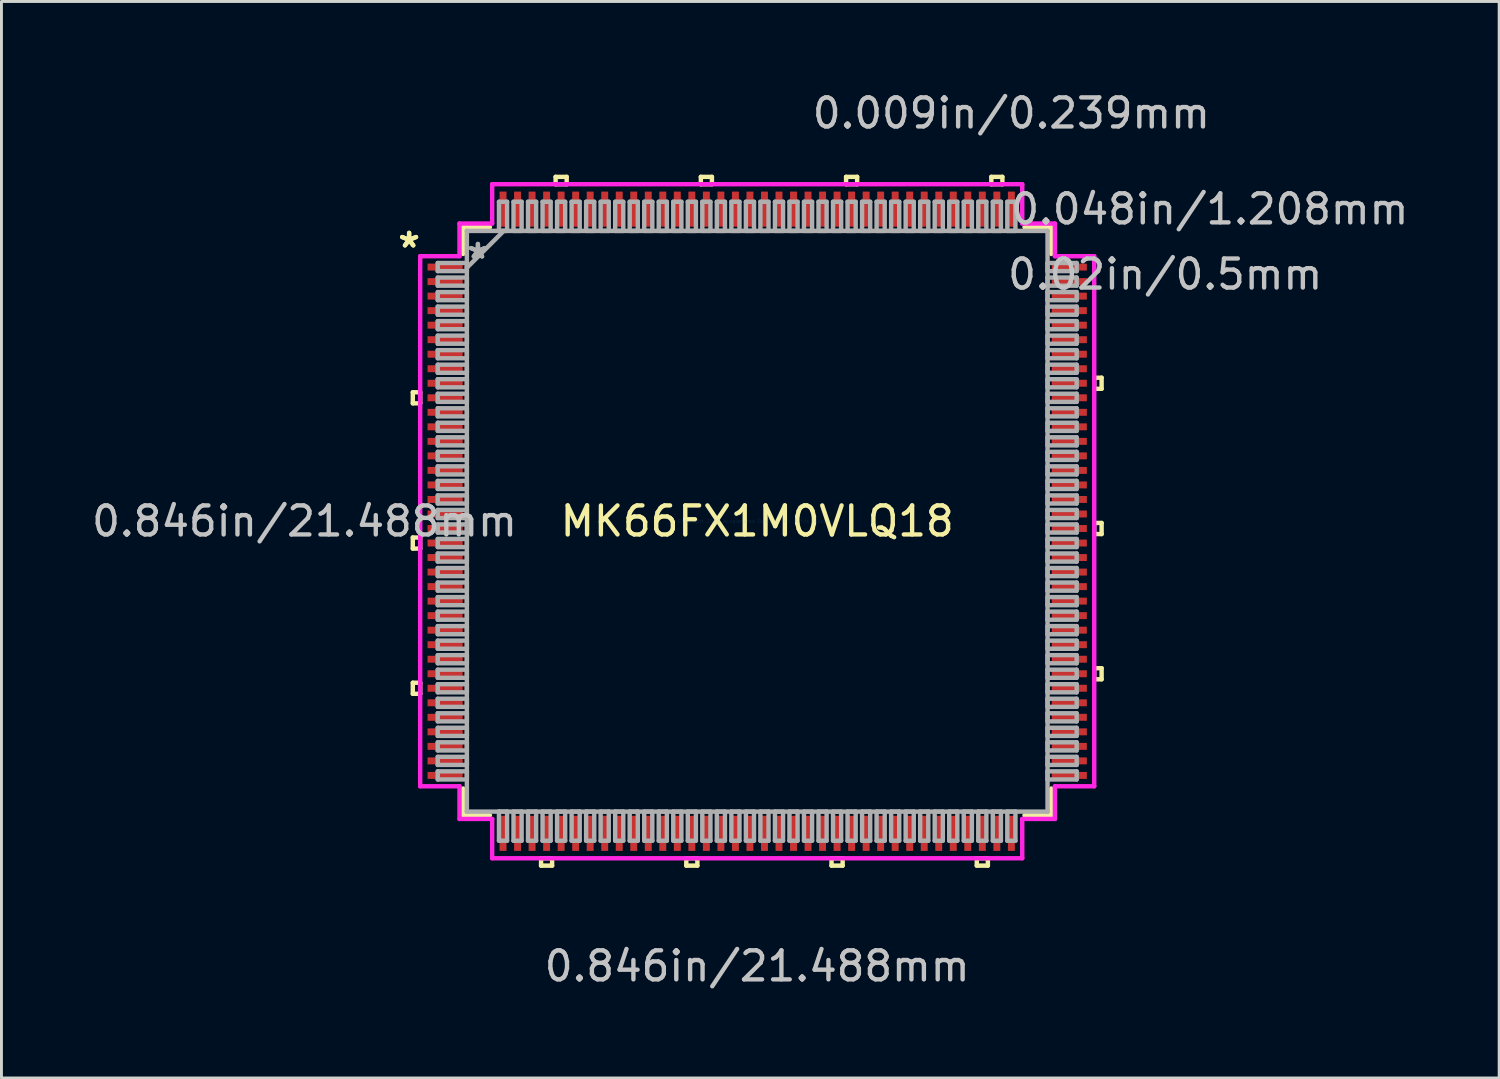
<source format=kicad_pcb>
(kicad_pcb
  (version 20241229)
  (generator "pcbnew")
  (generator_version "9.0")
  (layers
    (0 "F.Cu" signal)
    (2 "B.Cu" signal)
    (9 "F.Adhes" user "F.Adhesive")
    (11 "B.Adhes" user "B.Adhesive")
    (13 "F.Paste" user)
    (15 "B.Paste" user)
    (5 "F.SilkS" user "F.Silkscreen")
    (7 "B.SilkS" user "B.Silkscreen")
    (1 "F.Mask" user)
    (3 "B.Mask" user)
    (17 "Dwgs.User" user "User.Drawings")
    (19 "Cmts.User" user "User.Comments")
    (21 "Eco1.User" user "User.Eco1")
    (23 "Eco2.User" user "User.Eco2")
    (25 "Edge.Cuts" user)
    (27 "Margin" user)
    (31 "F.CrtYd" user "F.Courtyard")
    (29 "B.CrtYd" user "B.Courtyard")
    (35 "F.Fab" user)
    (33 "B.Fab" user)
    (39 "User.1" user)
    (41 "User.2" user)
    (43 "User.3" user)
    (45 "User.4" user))
  (footprint "MK66FX1M0VLQ18"
    (layer "F.Cu")
    (at 23.017 14.894)
    (property "Reference" "MK66FX1M0VLQ18" (at 0 0 0) (layer "F.SilkS") (effects (font (size 1 1) (thickness 0.15))))
    (attr through_hole)
    (fp_line (start -11.856 -4.44) (end -11.856 -4.059) (stroke (width 0.152) (type solid)) (layer "F.SilkS"))
    (fp_line (start -11.856 -4.059) (end -11.602 -4.059) (stroke (width 0.152) (type solid)) (layer "F.SilkS"))
    (fp_line (start -11.856 0.56) (end -11.856 0.941) (stroke (width 0.152) (type solid)) (layer "F.SilkS"))
    (fp_line (start -11.856 0.941) (end -11.602 0.941) (stroke (width 0.152) (type solid)) (layer "F.SilkS"))
    (fp_line (start -11.856 5.56) (end -11.856 5.941) (stroke (width 0.152) (type solid)) (layer "F.SilkS"))
    (fp_line (start -11.856 5.941) (end -11.602 5.941) (stroke (width 0.152) (type solid)) (layer "F.SilkS"))
    (fp_line (start -11.602 -4.44) (end -11.856 -4.44) (stroke (width 0.152) (type solid)) (layer "F.SilkS"))
    (fp_line (start -11.602 -4.059) (end -11.602 -4.44) (stroke (width 0.152) (type solid)) (layer "F.SilkS"))
    (fp_line (start -11.602 0.56) (end -11.856 0.56) (stroke (width 0.152) (type solid)) (layer "F.SilkS"))
    (fp_line (start -11.602 0.941) (end -11.602 0.56) (stroke (width 0.152) (type solid)) (layer "F.SilkS"))
    (fp_line (start -11.602 5.56) (end -11.856 5.56) (stroke (width 0.152) (type solid)) (layer "F.SilkS"))
    (fp_line (start -11.602 5.941) (end -11.602 5.56) (stroke (width 0.152) (type solid)) (layer "F.SilkS"))
    (fp_line (start -10.122 -10.122) (end -10.122 -9.202) (stroke (width 0.152) (type solid)) (layer "F.SilkS"))
    (fp_line (start -10.122 9.202) (end -10.122 10.122) (stroke (width 0.152) (type solid)) (layer "F.SilkS"))
    (fp_line (start -10.122 10.122) (end -9.202 10.122) (stroke (width 0.152) (type solid)) (layer "F.SilkS"))
    (fp_line (start -9.202 -10.122) (end -10.122 -10.122) (stroke (width 0.152) (type solid)) (layer "F.SilkS"))
    (fp_line (start -7.441 11.602) (end -7.441 11.856) (stroke (width 0.152) (type solid)) (layer "F.SilkS"))
    (fp_line (start -7.441 11.856) (end -7.06 11.856) (stroke (width 0.152) (type solid)) (layer "F.SilkS"))
    (fp_line (start -7.06 11.602) (end -7.441 11.602) (stroke (width 0.152) (type solid)) (layer "F.SilkS"))
    (fp_line (start -7.06 11.856) (end -7.06 11.602) (stroke (width 0.152) (type solid)) (layer "F.SilkS"))
    (fp_line (start -6.94 -11.856) (end -6.559 -11.856) (stroke (width 0.152) (type solid)) (layer "F.SilkS"))
    (fp_line (start -6.94 -11.602) (end -6.94 -11.856) (stroke (width 0.152) (type solid)) (layer "F.SilkS"))
    (fp_line (start -6.559 -11.856) (end -6.559 -11.602) (stroke (width 0.152) (type solid)) (layer "F.SilkS"))
    (fp_line (start -6.559 -11.602) (end -6.94 -11.602) (stroke (width 0.152) (type solid)) (layer "F.SilkS"))
    (fp_line (start -2.441 11.602) (end -2.441 11.856) (stroke (width 0.152) (type solid)) (layer "F.SilkS"))
    (fp_line (start -2.441 11.856) (end -2.06 11.856) (stroke (width 0.152) (type solid)) (layer "F.SilkS"))
    (fp_line (start -2.06 11.602) (end -2.441 11.602) (stroke (width 0.152) (type solid)) (layer "F.SilkS"))
    (fp_line (start -2.06 11.856) (end -2.06 11.602) (stroke (width 0.152) (type solid)) (layer "F.SilkS"))
    (fp_line (start -1.94 -11.856) (end -1.559 -11.856) (stroke (width 0.152) (type solid)) (layer "F.SilkS"))
    (fp_line (start -1.94 -11.602) (end -1.94 -11.856) (stroke (width 0.152) (type solid)) (layer "F.SilkS"))
    (fp_line (start -1.559 -11.856) (end -1.559 -11.602) (stroke (width 0.152) (type solid)) (layer "F.SilkS"))
    (fp_line (start -1.559 -11.602) (end -1.94 -11.602) (stroke (width 0.152) (type solid)) (layer "F.SilkS"))
    (fp_line (start 2.559 11.602) (end 2.559 11.856) (stroke (width 0.152) (type solid)) (layer "F.SilkS"))
    (fp_line (start 2.559 11.856) (end 2.941 11.856) (stroke (width 0.152) (type solid)) (layer "F.SilkS"))
    (fp_line (start 2.941 11.602) (end 2.559 11.602) (stroke (width 0.152) (type solid)) (layer "F.SilkS"))
    (fp_line (start 2.941 11.856) (end 2.941 11.602) (stroke (width 0.152) (type solid)) (layer "F.SilkS"))
    (fp_line (start 3.06 -11.856) (end 3.441 -11.856) (stroke (width 0.152) (type solid)) (layer "F.SilkS"))
    (fp_line (start 3.06 -11.602) (end 3.06 -11.856) (stroke (width 0.152) (type solid)) (layer "F.SilkS"))
    (fp_line (start 3.441 -11.856) (end 3.441 -11.602) (stroke (width 0.152) (type solid)) (layer "F.SilkS"))
    (fp_line (start 3.441 -11.602) (end 3.06 -11.602) (stroke (width 0.152) (type solid)) (layer "F.SilkS"))
    (fp_line (start 7.559 11.602) (end 7.559 11.856) (stroke (width 0.152) (type solid)) (layer "F.SilkS"))
    (fp_line (start 7.559 11.856) (end 7.941 11.856) (stroke (width 0.152) (type solid)) (layer "F.SilkS"))
    (fp_line (start 7.941 11.602) (end 7.559 11.602) (stroke (width 0.152) (type solid)) (layer "F.SilkS"))
    (fp_line (start 7.941 11.856) (end 7.941 11.602) (stroke (width 0.152) (type solid)) (layer "F.SilkS"))
    (fp_line (start 8.06 -11.856) (end 8.441 -11.856) (stroke (width 0.152) (type solid)) (layer "F.SilkS"))
    (fp_line (start 8.06 -11.602) (end 8.06 -11.856) (stroke (width 0.152) (type solid)) (layer "F.SilkS"))
    (fp_line (start 8.441 -11.856) (end 8.441 -11.602) (stroke (width 0.152) (type solid)) (layer "F.SilkS"))
    (fp_line (start 8.441 -11.602) (end 8.06 -11.602) (stroke (width 0.152) (type solid)) (layer "F.SilkS"))
    (fp_line (start 9.202 10.122) (end 10.122 10.122) (stroke (width 0.152) (type solid)) (layer "F.SilkS"))
    (fp_line (start 10.122 -10.122) (end 9.202 -10.122) (stroke (width 0.152) (type solid)) (layer "F.SilkS"))
    (fp_line (start 10.122 -9.202) (end 10.122 -10.122) (stroke (width 0.152) (type solid)) (layer "F.SilkS"))
    (fp_line (start 10.122 10.122) (end 10.122 9.202) (stroke (width 0.152) (type solid)) (layer "F.SilkS"))
    (fp_line (start 11.602 -4.941) (end 11.856 -4.941) (stroke (width 0.152) (type solid)) (layer "F.SilkS"))
    (fp_line (start 11.602 -4.56) (end 11.602 -4.941) (stroke (width 0.152) (type solid)) (layer "F.SilkS"))
    (fp_line (start 11.602 0.059) (end 11.856 0.059) (stroke (width 0.152) (type solid)) (layer "F.SilkS"))
    (fp_line (start 11.602 0.441) (end 11.602 0.059) (stroke (width 0.152) (type solid)) (layer "F.SilkS"))
    (fp_line (start 11.602 5.059) (end 11.856 5.059) (stroke (width 0.152) (type solid)) (layer "F.SilkS"))
    (fp_line (start 11.602 5.441) (end 11.602 5.059) (stroke (width 0.152) (type solid)) (layer "F.SilkS"))
    (fp_line (start 11.856 -4.941) (end 11.856 -4.56) (stroke (width 0.152) (type solid)) (layer "F.SilkS"))
    (fp_line (start 11.856 -4.56) (end 11.602 -4.56) (stroke (width 0.152) (type solid)) (layer "F.SilkS"))
    (fp_line (start 11.856 0.059) (end 11.856 0.441) (stroke (width 0.152) (type solid)) (layer "F.SilkS"))
    (fp_line (start 11.856 0.441) (end 11.602 0.441) (stroke (width 0.152) (type solid)) (layer "F.SilkS"))
    (fp_line (start 11.856 5.059) (end 11.856 5.441) (stroke (width 0.152) (type solid)) (layer "F.SilkS"))
    (fp_line (start 11.856 5.441) (end 11.602 5.441) (stroke (width 0.152) (type solid)) (layer "F.SilkS"))
    (fp_line (start -11.602 -9.124) (end -10.249 -9.124) (stroke (width 0.152) (type solid)) (layer "F.CrtYd"))
    (fp_line (start -11.602 9.124) (end -11.602 -9.124) (stroke (width 0.152) (type solid)) (layer "F.CrtYd"))
    (fp_line (start -10.249 -10.249) (end -9.124 -10.249) (stroke (width 0.152) (type solid)) (layer "F.CrtYd"))
    (fp_line (start -10.249 -9.124) (end -10.249 -10.249) (stroke (width 0.152) (type solid)) (layer "F.CrtYd"))
    (fp_line (start -10.249 9.124) (end -11.602 9.124) (stroke (width 0.152) (type solid)) (layer "F.CrtYd"))
    (fp_line (start -10.249 10.249) (end -10.249 9.124) (stroke (width 0.152) (type solid)) (layer "F.CrtYd"))
    (fp_line (start -9.124 -11.602) (end 9.124 -11.602) (stroke (width 0.152) (type solid)) (layer "F.CrtYd"))
    (fp_line (start -9.124 -10.249) (end -9.124 -11.602) (stroke (width 0.152) (type solid)) (layer "F.CrtYd"))
    (fp_line (start -9.124 10.249) (end -10.249 10.249) (stroke (width 0.152) (type solid)) (layer "F.CrtYd"))
    (fp_line (start -9.124 11.602) (end -9.124 10.249) (stroke (width 0.152) (type solid)) (layer "F.CrtYd"))
    (fp_line (start 9.124 -11.602) (end 9.124 -10.249) (stroke (width 0.152) (type solid)) (layer "F.CrtYd"))
    (fp_line (start 9.124 -10.249) (end 10.249 -10.249) (stroke (width 0.152) (type solid)) (layer "F.CrtYd"))
    (fp_line (start 9.124 10.249) (end 9.124 11.602) (stroke (width 0.152) (type solid)) (layer "F.CrtYd"))
    (fp_line (start 9.124 11.602) (end -9.124 11.602) (stroke (width 0.152) (type solid)) (layer "F.CrtYd"))
    (fp_line (start 10.249 -10.249) (end 10.249 -9.124) (stroke (width 0.152) (type solid)) (layer "F.CrtYd"))
    (fp_line (start 10.249 -9.124) (end 11.602 -9.124) (stroke (width 0.152) (type solid)) (layer "F.CrtYd"))
    (fp_line (start 10.249 9.124) (end 10.249 10.249) (stroke (width 0.152) (type solid)) (layer "F.CrtYd"))
    (fp_line (start 10.249 10.249) (end 9.124 10.249) (stroke (width 0.152) (type solid)) (layer "F.CrtYd"))
    (fp_line (start 11.602 -9.124) (end 11.602 9.124) (stroke (width 0.152) (type solid)) (layer "F.CrtYd"))
    (fp_line (start 11.602 9.124) (end 10.249 9.124) (stroke (width 0.152) (type solid)) (layer "F.CrtYd"))
    (fp_line (start -10.998 -8.89) (end -10.998 -8.61) (stroke (width 0.152) (type solid)) (layer "F.Fab"))
    (fp_line (start -10.998 -8.61) (end -9.995 -8.61) (stroke (width 0.152) (type solid)) (layer "F.Fab"))
    (fp_line (start -10.998 -8.39) (end -10.998 -8.11) (stroke (width 0.152) (type solid)) (layer "F.Fab"))
    (fp_line (start -10.998 -8.11) (end -9.995 -8.11) (stroke (width 0.152) (type solid)) (layer "F.Fab"))
    (fp_line (start -10.998 -7.89) (end -10.998 -7.61) (stroke (width 0.152) (type solid)) (layer "F.Fab"))
    (fp_line (start -10.998 -7.61) (end -9.995 -7.61) (stroke (width 0.152) (type solid)) (layer "F.Fab"))
    (fp_line (start -10.998 -7.39) (end -10.998 -7.11) (stroke (width 0.152) (type solid)) (layer "F.Fab"))
    (fp_line (start -10.998 -7.11) (end -9.995 -7.11) (stroke (width 0.152) (type solid)) (layer "F.Fab"))
    (fp_line (start -10.998 -6.89) (end -10.998 -6.61) (stroke (width 0.152) (type solid)) (layer "F.Fab"))
    (fp_line (start -10.998 -6.61) (end -9.995 -6.61) (stroke (width 0.152) (type solid)) (layer "F.Fab"))
    (fp_line (start -10.998 -6.39) (end -10.998 -6.11) (stroke (width 0.152) (type solid)) (layer "F.Fab"))
    (fp_line (start -10.998 -6.11) (end -9.995 -6.11) (stroke (width 0.152) (type solid)) (layer "F.Fab"))
    (fp_line (start -10.998 -5.89) (end -10.998 -5.61) (stroke (width 0.152) (type solid)) (layer "F.Fab"))
    (fp_line (start -10.998 -5.61) (end -9.995 -5.61) (stroke (width 0.152) (type solid)) (layer "F.Fab"))
    (fp_line (start -10.998 -5.39) (end -10.998 -5.11) (stroke (width 0.152) (type solid)) (layer "F.Fab"))
    (fp_line (start -10.998 -5.11) (end -9.995 -5.11) (stroke (width 0.152) (type solid)) (layer "F.Fab"))
    (fp_line (start -10.998 -4.89) (end -10.998 -4.61) (stroke (width 0.152) (type solid)) (layer "F.Fab"))
    (fp_line (start -10.998 -4.61) (end -9.995 -4.61) (stroke (width 0.152) (type solid)) (layer "F.Fab"))
    (fp_line (start -10.998 -4.39) (end -10.998 -4.11) (stroke (width 0.152) (type solid)) (layer "F.Fab"))
    (fp_line (start -10.998 -4.11) (end -9.995 -4.11) (stroke (width 0.152) (type solid)) (layer "F.Fab"))
    (fp_line (start -10.998 -3.89) (end -10.998 -3.61) (stroke (width 0.152) (type solid)) (layer "F.Fab"))
    (fp_line (start -10.998 -3.61) (end -9.995 -3.61) (stroke (width 0.152) (type solid)) (layer "F.Fab"))
    (fp_line (start -10.998 -3.39) (end -10.998 -3.11) (stroke (width 0.152) (type solid)) (layer "F.Fab"))
    (fp_line (start -10.998 -3.11) (end -9.995 -3.11) (stroke (width 0.152) (type solid)) (layer "F.Fab"))
    (fp_line (start -10.998 -2.89) (end -10.998 -2.61) (stroke (width 0.152) (type solid)) (layer "F.Fab"))
    (fp_line (start -10.998 -2.61) (end -9.995 -2.61) (stroke (width 0.152) (type solid)) (layer "F.Fab"))
    (fp_line (start -10.998 -2.39) (end -10.998 -2.11) (stroke (width 0.152) (type solid)) (layer "F.Fab"))
    (fp_line (start -10.998 -2.11) (end -9.995 -2.11) (stroke (width 0.152) (type solid)) (layer "F.Fab"))
    (fp_line (start -10.998 -1.89) (end -10.998 -1.61) (stroke (width 0.152) (type solid)) (layer "F.Fab"))
    (fp_line (start -10.998 -1.61) (end -9.995 -1.61) (stroke (width 0.152) (type solid)) (layer "F.Fab"))
    (fp_line (start -10.998 -1.39) (end -10.998 -1.11) (stroke (width 0.152) (type solid)) (layer "F.Fab"))
    (fp_line (start -10.998 -1.11) (end -9.995 -1.11) (stroke (width 0.152) (type solid)) (layer "F.Fab"))
    (fp_line (start -10.998 -0.89) (end -10.998 -0.61) (stroke (width 0.152) (type solid)) (layer "F.Fab"))
    (fp_line (start -10.998 -0.61) (end -9.995 -0.61) (stroke (width 0.152) (type solid)) (layer "F.Fab"))
    (fp_line (start -10.998 -0.39) (end -10.998 -0.11) (stroke (width 0.152) (type solid)) (layer "F.Fab"))
    (fp_line (start -10.998 -0.11) (end -9.995 -0.11) (stroke (width 0.152) (type solid)) (layer "F.Fab"))
    (fp_line (start -10.998 0.11) (end -10.998 0.39) (stroke (width 0.152) (type solid)) (layer "F.Fab"))
    (fp_line (start -10.998 0.39) (end -9.995 0.39) (stroke (width 0.152) (type solid)) (layer "F.Fab"))
    (fp_line (start -10.998 0.61) (end -10.998 0.89) (stroke (width 0.152) (type solid)) (layer "F.Fab"))
    (fp_line (start -10.998 0.89) (end -9.995 0.89) (stroke (width 0.152) (type solid)) (layer "F.Fab"))
    (fp_line (start -10.998 1.11) (end -10.998 1.39) (stroke (width 0.152) (type solid)) (layer "F.Fab"))
    (fp_line (start -10.998 1.39) (end -9.995 1.39) (stroke (width 0.152) (type solid)) (layer "F.Fab"))
    (fp_line (start -10.998 1.61) (end -10.998 1.89) (stroke (width 0.152) (type solid)) (layer "F.Fab"))
    (fp_line (start -10.998 1.89) (end -9.995 1.89) (stroke (width 0.152) (type solid)) (layer "F.Fab"))
    (fp_line (start -10.998 2.11) (end -10.998 2.39) (stroke (width 0.152) (type solid)) (layer "F.Fab"))
    (fp_line (start -10.998 2.39) (end -9.995 2.39) (stroke (width 0.152) (type solid)) (layer "F.Fab"))
    (fp_line (start -10.998 2.61) (end -10.998 2.89) (stroke (width 0.152) (type solid)) (layer "F.Fab"))
    (fp_line (start -10.998 2.89) (end -9.995 2.89) (stroke (width 0.152) (type solid)) (layer "F.Fab"))
    (fp_line (start -10.998 3.11) (end -10.998 3.39) (stroke (width 0.152) (type solid)) (layer "F.Fab"))
    (fp_line (start -10.998 3.39) (end -9.995 3.39) (stroke (width 0.152) (type solid)) (layer "F.Fab"))
    (fp_line (start -10.998 3.61) (end -10.998 3.89) (stroke (width 0.152) (type solid)) (layer "F.Fab"))
    (fp_line (start -10.998 3.89) (end -9.995 3.89) (stroke (width 0.152) (type solid)) (layer "F.Fab"))
    (fp_line (start -10.998 4.11) (end -10.998 4.39) (stroke (width 0.152) (type solid)) (layer "F.Fab"))
    (fp_line (start -10.998 4.39) (end -9.995 4.39) (stroke (width 0.152) (type solid)) (layer "F.Fab"))
    (fp_line (start -10.998 4.61) (end -10.998 4.89) (stroke (width 0.152) (type solid)) (layer "F.Fab"))
    (fp_line (start -10.998 4.89) (end -9.995 4.89) (stroke (width 0.152) (type solid)) (layer "F.Fab"))
    (fp_line (start -10.998 5.11) (end -10.998 5.39) (stroke (width 0.152) (type solid)) (layer "F.Fab"))
    (fp_line (start -10.998 5.39) (end -9.995 5.39) (stroke (width 0.152) (type solid)) (layer "F.Fab"))
    (fp_line (start -10.998 5.61) (end -10.998 5.89) (stroke (width 0.152) (type solid)) (layer "F.Fab"))
    (fp_line (start -10.998 5.89) (end -9.995 5.89) (stroke (width 0.152) (type solid)) (layer "F.Fab"))
    (fp_line (start -10.998 6.11) (end -10.998 6.39) (stroke (width 0.152) (type solid)) (layer "F.Fab"))
    (fp_line (start -10.998 6.39) (end -9.995 6.39) (stroke (width 0.152) (type solid)) (layer "F.Fab"))
    (fp_line (start -10.998 6.61) (end -10.998 6.89) (stroke (width 0.152) (type solid)) (layer "F.Fab"))
    (fp_line (start -10.998 6.89) (end -9.995 6.89) (stroke (width 0.152) (type solid)) (layer "F.Fab"))
    (fp_line (start -10.998 7.11) (end -10.998 7.39) (stroke (width 0.152) (type solid)) (layer "F.Fab"))
    (fp_line (start -10.998 7.39) (end -9.995 7.39) (stroke (width 0.152) (type solid)) (layer "F.Fab"))
    (fp_line (start -10.998 7.61) (end -10.998 7.89) (stroke (width 0.152) (type solid)) (layer "F.Fab"))
    (fp_line (start -10.998 7.89) (end -9.995 7.89) (stroke (width 0.152) (type solid)) (layer "F.Fab"))
    (fp_line (start -10.998 8.11) (end -10.998 8.39) (stroke (width 0.152) (type solid)) (layer "F.Fab"))
    (fp_line (start -10.998 8.39) (end -9.995 8.39) (stroke (width 0.152) (type solid)) (layer "F.Fab"))
    (fp_line (start -10.998 8.61) (end -10.998 8.89) (stroke (width 0.152) (type solid)) (layer "F.Fab"))
    (fp_line (start -10.998 8.89) (end -9.995 8.89) (stroke (width 0.152) (type solid)) (layer "F.Fab"))
    (fp_line (start -9.995 -9.995) (end -9.995 -9.995) (stroke (width 0.152) (type solid)) (layer "F.Fab"))
    (fp_line (start -9.995 -9.995) (end -9.995 9.995) (stroke (width 0.152) (type solid)) (layer "F.Fab"))
    (fp_line (start -9.995 -8.89) (end -10.998 -8.89) (stroke (width 0.152) (type solid)) (layer "F.Fab"))
    (fp_line (start -9.995 -8.725) (end -8.725 -9.995) (stroke (width 0.152) (type solid)) (layer "F.Fab"))
    (fp_line (start -9.995 -8.61) (end -9.995 -8.89) (stroke (width 0.152) (type solid)) (layer "F.Fab"))
    (fp_line (start -9.995 -8.39) (end -10.998 -8.39) (stroke (width 0.152) (type solid)) (layer "F.Fab"))
    (fp_line (start -9.995 -8.11) (end -9.995 -8.39) (stroke (width 0.152) (type solid)) (layer "F.Fab"))
    (fp_line (start -9.995 -7.89) (end -10.998 -7.89) (stroke (width 0.152) (type solid)) (layer "F.Fab"))
    (fp_line (start -9.995 -7.61) (end -9.995 -7.89) (stroke (width 0.152) (type solid)) (layer "F.Fab"))
    (fp_line (start -9.995 -7.39) (end -10.998 -7.39) (stroke (width 0.152) (type solid)) (layer "F.Fab"))
    (fp_line (start -9.995 -7.11) (end -9.995 -7.39) (stroke (width 0.152) (type solid)) (layer "F.Fab"))
    (fp_line (start -9.995 -6.89) (end -10.998 -6.89) (stroke (width 0.152) (type solid)) (layer "F.Fab"))
    (fp_line (start -9.995 -6.61) (end -9.995 -6.89) (stroke (width 0.152) (type solid)) (layer "F.Fab"))
    (fp_line (start -9.995 -6.39) (end -10.998 -6.39) (stroke (width 0.152) (type solid)) (layer "F.Fab"))
    (fp_line (start -9.995 -6.11) (end -9.995 -6.39) (stroke (width 0.152) (type solid)) (layer "F.Fab"))
    (fp_line (start -9.995 -5.89) (end -10.998 -5.89) (stroke (width 0.152) (type solid)) (layer "F.Fab"))
    (fp_line (start -9.995 -5.61) (end -9.995 -5.89) (stroke (width 0.152) (type solid)) (layer "F.Fab"))
    (fp_line (start -9.995 -5.39) (end -10.998 -5.39) (stroke (width 0.152) (type solid)) (layer "F.Fab"))
    (fp_line (start -9.995 -5.11) (end -9.995 -5.39) (stroke (width 0.152) (type solid)) (layer "F.Fab"))
    (fp_line (start -9.995 -4.89) (end -10.998 -4.89) (stroke (width 0.152) (type solid)) (layer "F.Fab"))
    (fp_line (start -9.995 -4.61) (end -9.995 -4.89) (stroke (width 0.152) (type solid)) (layer "F.Fab"))
    (fp_line (start -9.995 -4.39) (end -10.998 -4.39) (stroke (width 0.152) (type solid)) (layer "F.Fab"))
    (fp_line (start -9.995 -4.11) (end -9.995 -4.39) (stroke (width 0.152) (type solid)) (layer "F.Fab"))
    (fp_line (start -9.995 -3.89) (end -10.998 -3.89) (stroke (width 0.152) (type solid)) (layer "F.Fab"))
    (fp_line (start -9.995 -3.61) (end -9.995 -3.89) (stroke (width 0.152) (type solid)) (layer "F.Fab"))
    (fp_line (start -9.995 -3.39) (end -10.998 -3.39) (stroke (width 0.152) (type solid)) (layer "F.Fab"))
    (fp_line (start -9.995 -3.11) (end -9.995 -3.39) (stroke (width 0.152) (type solid)) (layer "F.Fab"))
    (fp_line (start -9.995 -2.89) (end -10.998 -2.89) (stroke (width 0.152) (type solid)) (layer "F.Fab"))
    (fp_line (start -9.995 -2.61) (end -9.995 -2.89) (stroke (width 0.152) (type solid)) (layer "F.Fab"))
    (fp_line (start -9.995 -2.39) (end -10.998 -2.39) (stroke (width 0.152) (type solid)) (layer "F.Fab"))
    (fp_line (start -9.995 -2.11) (end -9.995 -2.39) (stroke (width 0.152) (type solid)) (layer "F.Fab"))
    (fp_line (start -9.995 -1.89) (end -10.998 -1.89) (stroke (width 0.152) (type solid)) (layer "F.Fab"))
    (fp_line (start -9.995 -1.61) (end -9.995 -1.89) (stroke (width 0.152) (type solid)) (layer "F.Fab"))
    (fp_line (start -9.995 -1.39) (end -10.998 -1.39) (stroke (width 0.152) (type solid)) (layer "F.Fab"))
    (fp_line (start -9.995 -1.11) (end -9.995 -1.39) (stroke (width 0.152) (type solid)) (layer "F.Fab"))
    (fp_line (start -9.995 -0.89) (end -10.998 -0.89) (stroke (width 0.152) (type solid)) (layer "F.Fab"))
    (fp_line (start -9.995 -0.61) (end -9.995 -0.89) (stroke (width 0.152) (type solid)) (layer "F.Fab"))
    (fp_line (start -9.995 -0.39) (end -10.998 -0.39) (stroke (width 0.152) (type solid)) (layer "F.Fab"))
    (fp_line (start -9.995 -0.11) (end -9.995 -0.39) (stroke (width 0.152) (type solid)) (layer "F.Fab"))
    (fp_line (start -9.995 0.11) (end -10.998 0.11) (stroke (width 0.152) (type solid)) (layer "F.Fab"))
    (fp_line (start -9.995 0.39) (end -9.995 0.11) (stroke (width 0.152) (type solid)) (layer "F.Fab"))
    (fp_line (start -9.995 0.61) (end -10.998 0.61) (stroke (width 0.152) (type solid)) (layer "F.Fab"))
    (fp_line (start -9.995 0.89) (end -9.995 0.61) (stroke (width 0.152) (type solid)) (layer "F.Fab"))
    (fp_line (start -9.995 1.11) (end -10.998 1.11) (stroke (width 0.152) (type solid)) (layer "F.Fab"))
    (fp_line (start -9.995 1.39) (end -9.995 1.11) (stroke (width 0.152) (type solid)) (layer "F.Fab"))
    (fp_line (start -9.995 1.61) (end -10.998 1.61) (stroke (width 0.152) (type solid)) (layer "F.Fab"))
    (fp_line (start -9.995 1.89) (end -9.995 1.61) (stroke (width 0.152) (type solid)) (layer "F.Fab"))
    (fp_line (start -9.995 2.11) (end -10.998 2.11) (stroke (width 0.152) (type solid)) (layer "F.Fab"))
    (fp_line (start -9.995 2.39) (end -9.995 2.11) (stroke (width 0.152) (type solid)) (layer "F.Fab"))
    (fp_line (start -9.995 2.61) (end -10.998 2.61) (stroke (width 0.152) (type solid)) (layer "F.Fab"))
    (fp_line (start -9.995 2.89) (end -9.995 2.61) (stroke (width 0.152) (type solid)) (layer "F.Fab"))
    (fp_line (start -9.995 3.11) (end -10.998 3.11) (stroke (width 0.152) (type solid)) (layer "F.Fab"))
    (fp_line (start -9.995 3.39) (end -9.995 3.11) (stroke (width 0.152) (type solid)) (layer "F.Fab"))
    (fp_line (start -9.995 3.61) (end -10.998 3.61) (stroke (width 0.152) (type solid)) (layer "F.Fab"))
    (fp_line (start -9.995 3.89) (end -9.995 3.61) (stroke (width 0.152) (type solid)) (layer "F.Fab"))
    (fp_line (start -9.995 4.11) (end -10.998 4.11) (stroke (width 0.152) (type solid)) (layer "F.Fab"))
    (fp_line (start -9.995 4.39) (end -9.995 4.11) (stroke (width 0.152) (type solid)) (layer "F.Fab"))
    (fp_line (start -9.995 4.61) (end -10.998 4.61) (stroke (width 0.152) (type solid)) (layer "F.Fab"))
    (fp_line (start -9.995 4.89) (end -9.995 4.61) (stroke (width 0.152) (type solid)) (layer "F.Fab"))
    (fp_line (start -9.995 5.11) (end -10.998 5.11) (stroke (width 0.152) (type solid)) (layer "F.Fab"))
    (fp_line (start -9.995 5.39) (end -9.995 5.11) (stroke (width 0.152) (type solid)) (layer "F.Fab"))
    (fp_line (start -9.995 5.61) (end -10.998 5.61) (stroke (width 0.152) (type solid)) (layer "F.Fab"))
    (fp_line (start -9.995 5.89) (end -9.995 5.61) (stroke (width 0.152) (type solid)) (layer "F.Fab"))
    (fp_line (start -9.995 6.11) (end -10.998 6.11) (stroke (width 0.152) (type solid)) (layer "F.Fab"))
    (fp_line (start -9.995 6.39) (end -9.995 6.11) (stroke (width 0.152) (type solid)) (layer "F.Fab"))
    (fp_line (start -9.995 6.61) (end -10.998 6.61) (stroke (width 0.152) (type solid)) (layer "F.Fab"))
    (fp_line (start -9.995 6.89) (end -9.995 6.61) (stroke (width 0.152) (type solid)) (layer "F.Fab"))
    (fp_line (start -9.995 7.11) (end -10.998 7.11) (stroke (width 0.152) (type solid)) (layer "F.Fab"))
    (fp_line (start -9.995 7.39) (end -9.995 7.11) (stroke (width 0.152) (type solid)) (layer "F.Fab"))
    (fp_line (start -9.995 7.61) (end -10.998 7.61) (stroke (width 0.152) (type solid)) (layer "F.Fab"))
    (fp_line (start -9.995 7.89) (end -9.995 7.61) (stroke (width 0.152) (type solid)) (layer "F.Fab"))
    (fp_line (start -9.995 8.11) (end -10.998 8.11) (stroke (width 0.152) (type solid)) (layer "F.Fab"))
    (fp_line (start -9.995 8.39) (end -9.995 8.11) (stroke (width 0.152) (type solid)) (layer "F.Fab"))
    (fp_line (start -9.995 8.61) (end -10.998 8.61) (stroke (width 0.152) (type solid)) (layer "F.Fab"))
    (fp_line (start -9.995 8.89) (end -9.995 8.61) (stroke (width 0.152) (type solid)) (layer "F.Fab"))
    (fp_line (start -9.995 9.995) (end -9.995 9.995) (stroke (width 0.152) (type solid)) (layer "F.Fab"))
    (fp_line (start -9.995 9.995) (end 9.995 9.995) (stroke (width 0.152) (type solid)) (layer "F.Fab"))
    (fp_line (start -8.89 -10.998) (end -8.89 -9.995) (stroke (width 0.152) (type solid)) (layer "F.Fab"))
    (fp_line (start -8.89 -9.995) (end -8.61 -9.995) (stroke (width 0.152) (type solid)) (layer "F.Fab"))
    (fp_line (start -8.89 9.995) (end -8.89 10.998) (stroke (width 0.152) (type solid)) (layer "F.Fab"))
    (fp_line (start -8.89 10.998) (end -8.61 10.998) (stroke (width 0.152) (type solid)) (layer "F.Fab"))
    (fp_line (start -8.61 -10.998) (end -8.89 -10.998) (stroke (width 0.152) (type solid)) (layer "F.Fab"))
    (fp_line (start -8.61 -9.995) (end -8.61 -10.998) (stroke (width 0.152) (type solid)) (layer "F.Fab"))
    (fp_line (start -8.61 9.995) (end -8.89 9.995) (stroke (width 0.152) (type solid)) (layer "F.Fab"))
    (fp_line (start -8.61 10.998) (end -8.61 9.995) (stroke (width 0.152) (type solid)) (layer "F.Fab"))
    (fp_line (start -8.39 -10.998) (end -8.39 -9.995) (stroke (width 0.152) (type solid)) (layer "F.Fab"))
    (fp_line (start -8.39 -9.995) (end -8.11 -9.995) (stroke (width 0.152) (type solid)) (layer "F.Fab"))
    (fp_line (start -8.39 9.995) (end -8.39 10.998) (stroke (width 0.152) (type solid)) (layer "F.Fab"))
    (fp_line (start -8.39 10.998) (end -8.11 10.998) (stroke (width 0.152) (type solid)) (layer "F.Fab"))
    (fp_line (start -8.11 -10.998) (end -8.39 -10.998) (stroke (width 0.152) (type solid)) (layer "F.Fab"))
    (fp_line (start -8.11 -9.995) (end -8.11 -10.998) (stroke (width 0.152) (type solid)) (layer "F.Fab"))
    (fp_line (start -8.11 9.995) (end -8.39 9.995) (stroke (width 0.152) (type solid)) (layer "F.Fab"))
    (fp_line (start -8.11 10.998) (end -8.11 9.995) (stroke (width 0.152) (type solid)) (layer "F.Fab"))
    (fp_line (start -7.89 -10.998) (end -7.89 -9.995) (stroke (width 0.152) (type solid)) (layer "F.Fab"))
    (fp_line (start -7.89 -9.995) (end -7.61 -9.995) (stroke (width 0.152) (type solid)) (layer "F.Fab"))
    (fp_line (start -7.89 9.995) (end -7.89 10.998) (stroke (width 0.152) (type solid)) (layer "F.Fab"))
    (fp_line (start -7.89 10.998) (end -7.61 10.998) (stroke (width 0.152) (type solid)) (layer "F.Fab"))
    (fp_line (start -7.61 -10.998) (end -7.89 -10.998) (stroke (width 0.152) (type solid)) (layer "F.Fab"))
    (fp_line (start -7.61 -9.995) (end -7.61 -10.998) (stroke (width 0.152) (type solid)) (layer "F.Fab"))
    (fp_line (start -7.61 9.995) (end -7.89 9.995) (stroke (width 0.152) (type solid)) (layer "F.Fab"))
    (fp_line (start -7.61 10.998) (end -7.61 9.995) (stroke (width 0.152) (type solid)) (layer "F.Fab"))
    (fp_line (start -7.39 -10.998) (end -7.39 -9.995) (stroke (width 0.152) (type solid)) (layer "F.Fab"))
    (fp_line (start -7.39 -9.995) (end -7.11 -9.995) (stroke (width 0.152) (type solid)) (layer "F.Fab"))
    (fp_line (start -7.39 9.995) (end -7.39 10.998) (stroke (width 0.152) (type solid)) (layer "F.Fab"))
    (fp_line (start -7.39 10.998) (end -7.11 10.998) (stroke (width 0.152) (type solid)) (layer "F.Fab"))
    (fp_line (start -7.11 -10.998) (end -7.39 -10.998) (stroke (width 0.152) (type solid)) (layer "F.Fab"))
    (fp_line (start -7.11 -9.995) (end -7.11 -10.998) (stroke (width 0.152) (type solid)) (layer "F.Fab"))
    (fp_line (start -7.11 9.995) (end -7.39 9.995) (stroke (width 0.152) (type solid)) (layer "F.Fab"))
    (fp_line (start -7.11 10.998) (end -7.11 9.995) (stroke (width 0.152) (type solid)) (layer "F.Fab"))
    (fp_line (start -6.89 -10.998) (end -6.89 -9.995) (stroke (width 0.152) (type solid)) (layer "F.Fab"))
    (fp_line (start -6.89 -9.995) (end -6.61 -9.995) (stroke (width 0.152) (type solid)) (layer "F.Fab"))
    (fp_line (start -6.89 9.995) (end -6.89 10.998) (stroke (width 0.152) (type solid)) (layer "F.Fab"))
    (fp_line (start -6.89 10.998) (end -6.61 10.998) (stroke (width 0.152) (type solid)) (layer "F.Fab"))
    (fp_line (start -6.61 -10.998) (end -6.89 -10.998) (stroke (width 0.152) (type solid)) (layer "F.Fab"))
    (fp_line (start -6.61 -9.995) (end -6.61 -10.998) (stroke (width 0.152) (type solid)) (layer "F.Fab"))
    (fp_line (start -6.61 9.995) (end -6.89 9.995) (stroke (width 0.152) (type solid)) (layer "F.Fab"))
    (fp_line (start -6.61 10.998) (end -6.61 9.995) (stroke (width 0.152) (type solid)) (layer "F.Fab"))
    (fp_line (start -6.39 -10.998) (end -6.39 -9.995) (stroke (width 0.152) (type solid)) (layer "F.Fab"))
    (fp_line (start -6.39 -9.995) (end -6.11 -9.995) (stroke (width 0.152) (type solid)) (layer "F.Fab"))
    (fp_line (start -6.39 9.995) (end -6.39 10.998) (stroke (width 0.152) (type solid)) (layer "F.Fab"))
    (fp_line (start -6.39 10.998) (end -6.11 10.998) (stroke (width 0.152) (type solid)) (layer "F.Fab"))
    (fp_line (start -6.11 -10.998) (end -6.39 -10.998) (stroke (width 0.152) (type solid)) (layer "F.Fab"))
    (fp_line (start -6.11 -9.995) (end -6.11 -10.998) (stroke (width 0.152) (type solid)) (layer "F.Fab"))
    (fp_line (start -6.11 9.995) (end -6.39 9.995) (stroke (width 0.152) (type solid)) (layer "F.Fab"))
    (fp_line (start -6.11 10.998) (end -6.11 9.995) (stroke (width 0.152) (type solid)) (layer "F.Fab"))
    (fp_line (start -5.89 -10.998) (end -5.89 -9.995) (stroke (width 0.152) (type solid)) (layer "F.Fab"))
    (fp_line (start -5.89 -9.995) (end -5.61 -9.995) (stroke (width 0.152) (type solid)) (layer "F.Fab"))
    (fp_line (start -5.89 9.995) (end -5.89 10.998) (stroke (width 0.152) (type solid)) (layer "F.Fab"))
    (fp_line (start -5.89 10.998) (end -5.61 10.998) (stroke (width 0.152) (type solid)) (layer "F.Fab"))
    (fp_line (start -5.61 -10.998) (end -5.89 -10.998) (stroke (width 0.152) (type solid)) (layer "F.Fab"))
    (fp_line (start -5.61 -9.995) (end -5.61 -10.998) (stroke (width 0.152) (type solid)) (layer "F.Fab"))
    (fp_line (start -5.61 9.995) (end -5.89 9.995) (stroke (width 0.152) (type solid)) (layer "F.Fab"))
    (fp_line (start -5.61 10.998) (end -5.61 9.995) (stroke (width 0.152) (type solid)) (layer "F.Fab"))
    (fp_line (start -5.39 -10.998) (end -5.39 -9.995) (stroke (width 0.152) (type solid)) (layer "F.Fab"))
    (fp_line (start -5.39 -9.995) (end -5.11 -9.995) (stroke (width 0.152) (type solid)) (layer "F.Fab"))
    (fp_line (start -5.39 9.995) (end -5.39 10.998) (stroke (width 0.152) (type solid)) (layer "F.Fab"))
    (fp_line (start -5.39 10.998) (end -5.11 10.998) (stroke (width 0.152) (type solid)) (layer "F.Fab"))
    (fp_line (start -5.11 -10.998) (end -5.39 -10.998) (stroke (width 0.152) (type solid)) (layer "F.Fab"))
    (fp_line (start -5.11 -9.995) (end -5.11 -10.998) (stroke (width 0.152) (type solid)) (layer "F.Fab"))
    (fp_line (start -5.11 9.995) (end -5.39 9.995) (stroke (width 0.152) (type solid)) (layer "F.Fab"))
    (fp_line (start -5.11 10.998) (end -5.11 9.995) (stroke (width 0.152) (type solid)) (layer "F.Fab"))
    (fp_line (start -4.89 -10.998) (end -4.89 -9.995) (stroke (width 0.152) (type solid)) (layer "F.Fab"))
    (fp_line (start -4.89 -9.995) (end -4.61 -9.995) (stroke (width 0.152) (type solid)) (layer "F.Fab"))
    (fp_line (start -4.89 9.995) (end -4.89 10.998) (stroke (width 0.152) (type solid)) (layer "F.Fab"))
    (fp_line (start -4.89 10.998) (end -4.61 10.998) (stroke (width 0.152) (type solid)) (layer "F.Fab"))
    (fp_line (start -4.61 -10.998) (end -4.89 -10.998) (stroke (width 0.152) (type solid)) (layer "F.Fab"))
    (fp_line (start -4.61 -9.995) (end -4.61 -10.998) (stroke (width 0.152) (type solid)) (layer "F.Fab"))
    (fp_line (start -4.61 9.995) (end -4.89 9.995) (stroke (width 0.152) (type solid)) (layer "F.Fab"))
    (fp_line (start -4.61 10.998) (end -4.61 9.995) (stroke (width 0.152) (type solid)) (layer "F.Fab"))
    (fp_line (start -4.39 -10.998) (end -4.39 -9.995) (stroke (width 0.152) (type solid)) (layer "F.Fab"))
    (fp_line (start -4.39 -9.995) (end -4.11 -9.995) (stroke (width 0.152) (type solid)) (layer "F.Fab"))
    (fp_line (start -4.39 9.995) (end -4.39 10.998) (stroke (width 0.152) (type solid)) (layer "F.Fab"))
    (fp_line (start -4.39 10.998) (end -4.11 10.998) (stroke (width 0.152) (type solid)) (layer "F.Fab"))
    (fp_line (start -4.11 -10.998) (end -4.39 -10.998) (stroke (width 0.152) (type solid)) (layer "F.Fab"))
    (fp_line (start -4.11 -9.995) (end -4.11 -10.998) (stroke (width 0.152) (type solid)) (layer "F.Fab"))
    (fp_line (start -4.11 9.995) (end -4.39 9.995) (stroke (width 0.152) (type solid)) (layer "F.Fab"))
    (fp_line (start -4.11 10.998) (end -4.11 9.995) (stroke (width 0.152) (type solid)) (layer "F.Fab"))
    (fp_line (start -3.89 -10.998) (end -3.89 -9.995) (stroke (width 0.152) (type solid)) (layer "F.Fab"))
    (fp_line (start -3.89 -9.995) (end -3.61 -9.995) (stroke (width 0.152) (type solid)) (layer "F.Fab"))
    (fp_line (start -3.89 9.995) (end -3.89 10.998) (stroke (width 0.152) (type solid)) (layer "F.Fab"))
    (fp_line (start -3.89 10.998) (end -3.61 10.998) (stroke (width 0.152) (type solid)) (layer "F.Fab"))
    (fp_line (start -3.61 -10.998) (end -3.89 -10.998) (stroke (width 0.152) (type solid)) (layer "F.Fab"))
    (fp_line (start -3.61 -9.995) (end -3.61 -10.998) (stroke (width 0.152) (type solid)) (layer "F.Fab"))
    (fp_line (start -3.61 9.995) (end -3.89 9.995) (stroke (width 0.152) (type solid)) (layer "F.Fab"))
    (fp_line (start -3.61 10.998) (end -3.61 9.995) (stroke (width 0.152) (type solid)) (layer "F.Fab"))
    (fp_line (start -3.39 -10.998) (end -3.39 -9.995) (stroke (width 0.152) (type solid)) (layer "F.Fab"))
    (fp_line (start -3.39 -9.995) (end -3.11 -9.995) (stroke (width 0.152) (type solid)) (layer "F.Fab"))
    (fp_line (start -3.39 9.995) (end -3.39 10.998) (stroke (width 0.152) (type solid)) (layer "F.Fab"))
    (fp_line (start -3.39 10.998) (end -3.11 10.998) (stroke (width 0.152) (type solid)) (layer "F.Fab"))
    (fp_line (start -3.11 -10.998) (end -3.39 -10.998) (stroke (width 0.152) (type solid)) (layer "F.Fab"))
    (fp_line (start -3.11 -9.995) (end -3.11 -10.998) (stroke (width 0.152) (type solid)) (layer "F.Fab"))
    (fp_line (start -3.11 9.995) (end -3.39 9.995) (stroke (width 0.152) (type solid)) (layer "F.Fab"))
    (fp_line (start -3.11 10.998) (end -3.11 9.995) (stroke (width 0.152) (type solid)) (layer "F.Fab"))
    (fp_line (start -2.89 -10.998) (end -2.89 -9.995) (stroke (width 0.152) (type solid)) (layer "F.Fab"))
    (fp_line (start -2.89 -9.995) (end -2.61 -9.995) (stroke (width 0.152) (type solid)) (layer "F.Fab"))
    (fp_line (start -2.89 9.995) (end -2.89 10.998) (stroke (width 0.152) (type solid)) (layer "F.Fab"))
    (fp_line (start -2.89 10.998) (end -2.61 10.998) (stroke (width 0.152) (type solid)) (layer "F.Fab"))
    (fp_line (start -2.61 -10.998) (end -2.89 -10.998) (stroke (width 0.152) (type solid)) (layer "F.Fab"))
    (fp_line (start -2.61 -9.995) (end -2.61 -10.998) (stroke (width 0.152) (type solid)) (layer "F.Fab"))
    (fp_line (start -2.61 9.995) (end -2.89 9.995) (stroke (width 0.152) (type solid)) (layer "F.Fab"))
    (fp_line (start -2.61 10.998) (end -2.61 9.995) (stroke (width 0.152) (type solid)) (layer "F.Fab"))
    (fp_line (start -2.39 -10.998) (end -2.39 -9.995) (stroke (width 0.152) (type solid)) (layer "F.Fab"))
    (fp_line (start -2.39 -9.995) (end -2.11 -9.995) (stroke (width 0.152) (type solid)) (layer "F.Fab"))
    (fp_line (start -2.39 9.995) (end -2.39 10.998) (stroke (width 0.152) (type solid)) (layer "F.Fab"))
    (fp_line (start -2.39 10.998) (end -2.11 10.998) (stroke (width 0.152) (type solid)) (layer "F.Fab"))
    (fp_line (start -2.11 -10.998) (end -2.39 -10.998) (stroke (width 0.152) (type solid)) (layer "F.Fab"))
    (fp_line (start -2.11 -9.995) (end -2.11 -10.998) (stroke (width 0.152) (type solid)) (layer "F.Fab"))
    (fp_line (start -2.11 9.995) (end -2.39 9.995) (stroke (width 0.152) (type solid)) (layer "F.Fab"))
    (fp_line (start -2.11 10.998) (end -2.11 9.995) (stroke (width 0.152) (type solid)) (layer "F.Fab"))
    (fp_line (start -1.89 -10.998) (end -1.89 -9.995) (stroke (width 0.152) (type solid)) (layer "F.Fab"))
    (fp_line (start -1.89 -9.995) (end -1.61 -9.995) (stroke (width 0.152) (type solid)) (layer "F.Fab"))
    (fp_line (start -1.89 9.995) (end -1.89 10.998) (stroke (width 0.152) (type solid)) (layer "F.Fab"))
    (fp_line (start -1.89 10.998) (end -1.61 10.998) (stroke (width 0.152) (type solid)) (layer "F.Fab"))
    (fp_line (start -1.61 -10.998) (end -1.89 -10.998) (stroke (width 0.152) (type solid)) (layer "F.Fab"))
    (fp_line (start -1.61 -9.995) (end -1.61 -10.998) (stroke (width 0.152) (type solid)) (layer "F.Fab"))
    (fp_line (start -1.61 9.995) (end -1.89 9.995) (stroke (width 0.152) (type solid)) (layer "F.Fab"))
    (fp_line (start -1.61 10.998) (end -1.61 9.995) (stroke (width 0.152) (type solid)) (layer "F.Fab"))
    (fp_line (start -1.39 -10.998) (end -1.39 -9.995) (stroke (width 0.152) (type solid)) (layer "F.Fab"))
    (fp_line (start -1.39 -9.995) (end -1.11 -9.995) (stroke (width 0.152) (type solid)) (layer "F.Fab"))
    (fp_line (start -1.39 9.995) (end -1.39 10.998) (stroke (width 0.152) (type solid)) (layer "F.Fab"))
    (fp_line (start -1.39 10.998) (end -1.11 10.998) (stroke (width 0.152) (type solid)) (layer "F.Fab"))
    (fp_line (start -1.11 -10.998) (end -1.39 -10.998) (stroke (width 0.152) (type solid)) (layer "F.Fab"))
    (fp_line (start -1.11 -9.995) (end -1.11 -10.998) (stroke (width 0.152) (type solid)) (layer "F.Fab"))
    (fp_line (start -1.11 9.995) (end -1.39 9.995) (stroke (width 0.152) (type solid)) (layer "F.Fab"))
    (fp_line (start -1.11 10.998) (end -1.11 9.995) (stroke (width 0.152) (type solid)) (layer "F.Fab"))
    (fp_line (start -0.89 -10.998) (end -0.89 -9.995) (stroke (width 0.152) (type solid)) (layer "F.Fab"))
    (fp_line (start -0.89 -9.995) (end -0.61 -9.995) (stroke (width 0.152) (type solid)) (layer "F.Fab"))
    (fp_line (start -0.89 9.995) (end -0.89 10.998) (stroke (width 0.152) (type solid)) (layer "F.Fab"))
    (fp_line (start -0.89 10.998) (end -0.61 10.998) (stroke (width 0.152) (type solid)) (layer "F.Fab"))
    (fp_line (start -0.61 -10.998) (end -0.89 -10.998) (stroke (width 0.152) (type solid)) (layer "F.Fab"))
    (fp_line (start -0.61 -9.995) (end -0.61 -10.998) (stroke (width 0.152) (type solid)) (layer "F.Fab"))
    (fp_line (start -0.61 9.995) (end -0.89 9.995) (stroke (width 0.152) (type solid)) (layer "F.Fab"))
    (fp_line (start -0.61 10.998) (end -0.61 9.995) (stroke (width 0.152) (type solid)) (layer "F.Fab"))
    (fp_line (start -0.39 -10.998) (end -0.39 -9.995) (stroke (width 0.152) (type solid)) (layer "F.Fab"))
    (fp_line (start -0.39 -9.995) (end -0.11 -9.995) (stroke (width 0.152) (type solid)) (layer "F.Fab"))
    (fp_line (start -0.39 9.995) (end -0.39 10.998) (stroke (width 0.152) (type solid)) (layer "F.Fab"))
    (fp_line (start -0.39 10.998) (end -0.11 10.998) (stroke (width 0.152) (type solid)) (layer "F.Fab"))
    (fp_line (start -0.11 -10.998) (end -0.39 -10.998) (stroke (width 0.152) (type solid)) (layer "F.Fab"))
    (fp_line (start -0.11 -9.995) (end -0.11 -10.998) (stroke (width 0.152) (type solid)) (layer "F.Fab"))
    (fp_line (start -0.11 9.995) (end -0.39 9.995) (stroke (width 0.152) (type solid)) (layer "F.Fab"))
    (fp_line (start -0.11 10.998) (end -0.11 9.995) (stroke (width 0.152) (type solid)) (layer "F.Fab"))
    (fp_line (start 0.11 -10.998) (end 0.11 -9.995) (stroke (width 0.152) (type solid)) (layer "F.Fab"))
    (fp_line (start 0.11 -9.995) (end 0.39 -9.995) (stroke (width 0.152) (type solid)) (layer "F.Fab"))
    (fp_line (start 0.11 9.995) (end 0.11 10.998) (stroke (width 0.152) (type solid)) (layer "F.Fab"))
    (fp_line (start 0.11 10.998) (end 0.39 10.998) (stroke (width 0.152) (type solid)) (layer "F.Fab"))
    (fp_line (start 0.39 -10.998) (end 0.11 -10.998) (stroke (width 0.152) (type solid)) (layer "F.Fab"))
    (fp_line (start 0.39 -9.995) (end 0.39 -10.998) (stroke (width 0.152) (type solid)) (layer "F.Fab"))
    (fp_line (start 0.39 9.995) (end 0.11 9.995) (stroke (width 0.152) (type solid)) (layer "F.Fab"))
    (fp_line (start 0.39 10.998) (end 0.39 9.995) (stroke (width 0.152) (type solid)) (layer "F.Fab"))
    (fp_line (start 0.61 -10.998) (end 0.61 -9.995) (stroke (width 0.152) (type solid)) (layer "F.Fab"))
    (fp_line (start 0.61 -9.995) (end 0.89 -9.995) (stroke (width 0.152) (type solid)) (layer "F.Fab"))
    (fp_line (start 0.61 9.995) (end 0.61 10.998) (stroke (width 0.152) (type solid)) (layer "F.Fab"))
    (fp_line (start 0.61 10.998) (end 0.89 10.998) (stroke (width 0.152) (type solid)) (layer "F.Fab"))
    (fp_line (start 0.89 -10.998) (end 0.61 -10.998) (stroke (width 0.152) (type solid)) (layer "F.Fab"))
    (fp_line (start 0.89 -9.995) (end 0.89 -10.998) (stroke (width 0.152) (type solid)) (layer "F.Fab"))
    (fp_line (start 0.89 9.995) (end 0.61 9.995) (stroke (width 0.152) (type solid)) (layer "F.Fab"))
    (fp_line (start 0.89 10.998) (end 0.89 9.995) (stroke (width 0.152) (type solid)) (layer "F.Fab"))
    (fp_line (start 1.11 -10.998) (end 1.11 -9.995) (stroke (width 0.152) (type solid)) (layer "F.Fab"))
    (fp_line (start 1.11 -9.995) (end 1.39 -9.995) (stroke (width 0.152) (type solid)) (layer "F.Fab"))
    (fp_line (start 1.11 9.995) (end 1.11 10.998) (stroke (width 0.152) (type solid)) (layer "F.Fab"))
    (fp_line (start 1.11 10.998) (end 1.39 10.998) (stroke (width 0.152) (type solid)) (layer "F.Fab"))
    (fp_line (start 1.39 -10.998) (end 1.11 -10.998) (stroke (width 0.152) (type solid)) (layer "F.Fab"))
    (fp_line (start 1.39 -9.995) (end 1.39 -10.998) (stroke (width 0.152) (type solid)) (layer "F.Fab"))
    (fp_line (start 1.39 9.995) (end 1.11 9.995) (stroke (width 0.152) (type solid)) (layer "F.Fab"))
    (fp_line (start 1.39 10.998) (end 1.39 9.995) (stroke (width 0.152) (type solid)) (layer "F.Fab"))
    (fp_line (start 1.61 -10.998) (end 1.61 -9.995) (stroke (width 0.152) (type solid)) (layer "F.Fab"))
    (fp_line (start 1.61 -9.995) (end 1.89 -9.995) (stroke (width 0.152) (type solid)) (layer "F.Fab"))
    (fp_line (start 1.61 9.995) (end 1.61 10.998) (stroke (width 0.152) (type solid)) (layer "F.Fab"))
    (fp_line (start 1.61 10.998) (end 1.89 10.998) (stroke (width 0.152) (type solid)) (layer "F.Fab"))
    (fp_line (start 1.89 -10.998) (end 1.61 -10.998) (stroke (width 0.152) (type solid)) (layer "F.Fab"))
    (fp_line (start 1.89 -9.995) (end 1.89 -10.998) (stroke (width 0.152) (type solid)) (layer "F.Fab"))
    (fp_line (start 1.89 9.995) (end 1.61 9.995) (stroke (width 0.152) (type solid)) (layer "F.Fab"))
    (fp_line (start 1.89 10.998) (end 1.89 9.995) (stroke (width 0.152) (type solid)) (layer "F.Fab"))
    (fp_line (start 2.11 -10.998) (end 2.11 -9.995) (stroke (width 0.152) (type solid)) (layer "F.Fab"))
    (fp_line (start 2.11 -9.995) (end 2.39 -9.995) (stroke (width 0.152) (type solid)) (layer "F.Fab"))
    (fp_line (start 2.11 9.995) (end 2.11 10.998) (stroke (width 0.152) (type solid)) (layer "F.Fab"))
    (fp_line (start 2.11 10.998) (end 2.39 10.998) (stroke (width 0.152) (type solid)) (layer "F.Fab"))
    (fp_line (start 2.39 -10.998) (end 2.11 -10.998) (stroke (width 0.152) (type solid)) (layer "F.Fab"))
    (fp_line (start 2.39 -9.995) (end 2.39 -10.998) (stroke (width 0.152) (type solid)) (layer "F.Fab"))
    (fp_line (start 2.39 9.995) (end 2.11 9.995) (stroke (width 0.152) (type solid)) (layer "F.Fab"))
    (fp_line (start 2.39 10.998) (end 2.39 9.995) (stroke (width 0.152) (type solid)) (layer "F.Fab"))
    (fp_line (start 2.61 -10.998) (end 2.61 -9.995) (stroke (width 0.152) (type solid)) (layer "F.Fab"))
    (fp_line (start 2.61 -9.995) (end 2.89 -9.995) (stroke (width 0.152) (type solid)) (layer "F.Fab"))
    (fp_line (start 2.61 9.995) (end 2.61 10.998) (stroke (width 0.152) (type solid)) (layer "F.Fab"))
    (fp_line (start 2.61 10.998) (end 2.89 10.998) (stroke (width 0.152) (type solid)) (layer "F.Fab"))
    (fp_line (start 2.89 -10.998) (end 2.61 -10.998) (stroke (width 0.152) (type solid)) (layer "F.Fab"))
    (fp_line (start 2.89 -9.995) (end 2.89 -10.998) (stroke (width 0.152) (type solid)) (layer "F.Fab"))
    (fp_line (start 2.89 9.995) (end 2.61 9.995) (stroke (width 0.152) (type solid)) (layer "F.Fab"))
    (fp_line (start 2.89 10.998) (end 2.89 9.995) (stroke (width 0.152) (type solid)) (layer "F.Fab"))
    (fp_line (start 3.11 -10.998) (end 3.11 -9.995) (stroke (width 0.152) (type solid)) (layer "F.Fab"))
    (fp_line (start 3.11 -9.995) (end 3.39 -9.995) (stroke (width 0.152) (type solid)) (layer "F.Fab"))
    (fp_line (start 3.11 9.995) (end 3.11 10.998) (stroke (width 0.152) (type solid)) (layer "F.Fab"))
    (fp_line (start 3.11 10.998) (end 3.39 10.998) (stroke (width 0.152) (type solid)) (layer "F.Fab"))
    (fp_line (start 3.39 -10.998) (end 3.11 -10.998) (stroke (width 0.152) (type solid)) (layer "F.Fab"))
    (fp_line (start 3.39 -9.995) (end 3.39 -10.998) (stroke (width 0.152) (type solid)) (layer "F.Fab"))
    (fp_line (start 3.39 9.995) (end 3.11 9.995) (stroke (width 0.152) (type solid)) (layer "F.Fab"))
    (fp_line (start 3.39 10.998) (end 3.39 9.995) (stroke (width 0.152) (type solid)) (layer "F.Fab"))
    (fp_line (start 3.61 -10.998) (end 3.61 -9.995) (stroke (width 0.152) (type solid)) (layer "F.Fab"))
    (fp_line (start 3.61 -9.995) (end 3.89 -9.995) (stroke (width 0.152) (type solid)) (layer "F.Fab"))
    (fp_line (start 3.61 9.995) (end 3.61 10.998) (stroke (width 0.152) (type solid)) (layer "F.Fab"))
    (fp_line (start 3.61 10.998) (end 3.89 10.998) (stroke (width 0.152) (type solid)) (layer "F.Fab"))
    (fp_line (start 3.89 -10.998) (end 3.61 -10.998) (stroke (width 0.152) (type solid)) (layer "F.Fab"))
    (fp_line (start 3.89 -9.995) (end 3.89 -10.998) (stroke (width 0.152) (type solid)) (layer "F.Fab"))
    (fp_line (start 3.89 9.995) (end 3.61 9.995) (stroke (width 0.152) (type solid)) (layer "F.Fab"))
    (fp_line (start 3.89 10.998) (end 3.89 9.995) (stroke (width 0.152) (type solid)) (layer "F.Fab"))
    (fp_line (start 4.11 -10.998) (end 4.11 -9.995) (stroke (width 0.152) (type solid)) (layer "F.Fab"))
    (fp_line (start 4.11 -9.995) (end 4.39 -9.995) (stroke (width 0.152) (type solid)) (layer "F.Fab"))
    (fp_line (start 4.11 9.995) (end 4.11 10.998) (stroke (width 0.152) (type solid)) (layer "F.Fab"))
    (fp_line (start 4.11 10.998) (end 4.39 10.998) (stroke (width 0.152) (type solid)) (layer "F.Fab"))
    (fp_line (start 4.39 -10.998) (end 4.11 -10.998) (stroke (width 0.152) (type solid)) (layer "F.Fab"))
    (fp_line (start 4.39 -9.995) (end 4.39 -10.998) (stroke (width 0.152) (type solid)) (layer "F.Fab"))
    (fp_line (start 4.39 9.995) (end 4.11 9.995) (stroke (width 0.152) (type solid)) (layer "F.Fab"))
    (fp_line (start 4.39 10.998) (end 4.39 9.995) (stroke (width 0.152) (type solid)) (layer "F.Fab"))
    (fp_line (start 4.61 -10.998) (end 4.61 -9.995) (stroke (width 0.152) (type solid)) (layer "F.Fab"))
    (fp_line (start 4.61 -9.995) (end 4.89 -9.995) (stroke (width 0.152) (type solid)) (layer "F.Fab"))
    (fp_line (start 4.61 9.995) (end 4.61 10.998) (stroke (width 0.152) (type solid)) (layer "F.Fab"))
    (fp_line (start 4.61 10.998) (end 4.89 10.998) (stroke (width 0.152) (type solid)) (layer "F.Fab"))
    (fp_line (start 4.89 -10.998) (end 4.61 -10.998) (stroke (width 0.152) (type solid)) (layer "F.Fab"))
    (fp_line (start 4.89 -9.995) (end 4.89 -10.998) (stroke (width 0.152) (type solid)) (layer "F.Fab"))
    (fp_line (start 4.89 9.995) (end 4.61 9.995) (stroke (width 0.152) (type solid)) (layer "F.Fab"))
    (fp_line (start 4.89 10.998) (end 4.89 9.995) (stroke (width 0.152) (type solid)) (layer "F.Fab"))
    (fp_line (start 5.11 -10.998) (end 5.11 -9.995) (stroke (width 0.152) (type solid)) (layer "F.Fab"))
    (fp_line (start 5.11 -9.995) (end 5.39 -9.995) (stroke (width 0.152) (type solid)) (layer "F.Fab"))
    (fp_line (start 5.11 9.995) (end 5.11 10.998) (stroke (width 0.152) (type solid)) (layer "F.Fab"))
    (fp_line (start 5.11 10.998) (end 5.39 10.998) (stroke (width 0.152) (type solid)) (layer "F.Fab"))
    (fp_line (start 5.39 -10.998) (end 5.11 -10.998) (stroke (width 0.152) (type solid)) (layer "F.Fab"))
    (fp_line (start 5.39 -9.995) (end 5.39 -10.998) (stroke (width 0.152) (type solid)) (layer "F.Fab"))
    (fp_line (start 5.39 9.995) (end 5.11 9.995) (stroke (width 0.152) (type solid)) (layer "F.Fab"))
    (fp_line (start 5.39 10.998) (end 5.39 9.995) (stroke (width 0.152) (type solid)) (layer "F.Fab"))
    (fp_line (start 5.61 -10.998) (end 5.61 -9.995) (stroke (width 0.152) (type solid)) (layer "F.Fab"))
    (fp_line (start 5.61 -9.995) (end 5.89 -9.995) (stroke (width 0.152) (type solid)) (layer "F.Fab"))
    (fp_line (start 5.61 9.995) (end 5.61 10.998) (stroke (width 0.152) (type solid)) (layer "F.Fab"))
    (fp_line (start 5.61 10.998) (end 5.89 10.998) (stroke (width 0.152) (type solid)) (layer "F.Fab"))
    (fp_line (start 5.89 -10.998) (end 5.61 -10.998) (stroke (width 0.152) (type solid)) (layer "F.Fab"))
    (fp_line (start 5.89 -9.995) (end 5.89 -10.998) (stroke (width 0.152) (type solid)) (layer "F.Fab"))
    (fp_line (start 5.89 9.995) (end 5.61 9.995) (stroke (width 0.152) (type solid)) (layer "F.Fab"))
    (fp_line (start 5.89 10.998) (end 5.89 9.995) (stroke (width 0.152) (type solid)) (layer "F.Fab"))
    (fp_line (start 6.11 -10.998) (end 6.11 -9.995) (stroke (width 0.152) (type solid)) (layer "F.Fab"))
    (fp_line (start 6.11 -9.995) (end 6.39 -9.995) (stroke (width 0.152) (type solid)) (layer "F.Fab"))
    (fp_line (start 6.11 9.995) (end 6.11 10.998) (stroke (width 0.152) (type solid)) (layer "F.Fab"))
    (fp_line (start 6.11 10.998) (end 6.39 10.998) (stroke (width 0.152) (type solid)) (layer "F.Fab"))
    (fp_line (start 6.39 -10.998) (end 6.11 -10.998) (stroke (width 0.152) (type solid)) (layer "F.Fab"))
    (fp_line (start 6.39 -9.995) (end 6.39 -10.998) (stroke (width 0.152) (type solid)) (layer "F.Fab"))
    (fp_line (start 6.39 9.995) (end 6.11 9.995) (stroke (width 0.152) (type solid)) (layer "F.Fab"))
    (fp_line (start 6.39 10.998) (end 6.39 9.995) (stroke (width 0.152) (type solid)) (layer "F.Fab"))
    (fp_line (start 6.61 -10.998) (end 6.61 -9.995) (stroke (width 0.152) (type solid)) (layer "F.Fab"))
    (fp_line (start 6.61 -9.995) (end 6.89 -9.995) (stroke (width 0.152) (type solid)) (layer "F.Fab"))
    (fp_line (start 6.61 9.995) (end 6.61 10.998) (stroke (width 0.152) (type solid)) (layer "F.Fab"))
    (fp_line (start 6.61 10.998) (end 6.89 10.998) (stroke (width 0.152) (type solid)) (layer "F.Fab"))
    (fp_line (start 6.89 -10.998) (end 6.61 -10.998) (stroke (width 0.152) (type solid)) (layer "F.Fab"))
    (fp_line (start 6.89 -9.995) (end 6.89 -10.998) (stroke (width 0.152) (type solid)) (layer "F.Fab"))
    (fp_line (start 6.89 9.995) (end 6.61 9.995) (stroke (width 0.152) (type solid)) (layer "F.Fab"))
    (fp_line (start 6.89 10.998) (end 6.89 9.995) (stroke (width 0.152) (type solid)) (layer "F.Fab"))
    (fp_line (start 7.11 -10.998) (end 7.11 -9.995) (stroke (width 0.152) (type solid)) (layer "F.Fab"))
    (fp_line (start 7.11 -9.995) (end 7.39 -9.995) (stroke (width 0.152) (type solid)) (layer "F.Fab"))
    (fp_line (start 7.11 9.995) (end 7.11 10.998) (stroke (width 0.152) (type solid)) (layer "F.Fab"))
    (fp_line (start 7.11 10.998) (end 7.39 10.998) (stroke (width 0.152) (type solid)) (layer "F.Fab"))
    (fp_line (start 7.39 -10.998) (end 7.11 -10.998) (stroke (width 0.152) (type solid)) (layer "F.Fab"))
    (fp_line (start 7.39 -9.995) (end 7.39 -10.998) (stroke (width 0.152) (type solid)) (layer "F.Fab"))
    (fp_line (start 7.39 9.995) (end 7.11 9.995) (stroke (width 0.152) (type solid)) (layer "F.Fab"))
    (fp_line (start 7.39 10.998) (end 7.39 9.995) (stroke (width 0.152) (type solid)) (layer "F.Fab"))
    (fp_line (start 7.61 -10.998) (end 7.61 -9.995) (stroke (width 0.152) (type solid)) (layer "F.Fab"))
    (fp_line (start 7.61 -9.995) (end 7.89 -9.995) (stroke (width 0.152) (type solid)) (layer "F.Fab"))
    (fp_line (start 7.61 9.995) (end 7.61 10.998) (stroke (width 0.152) (type solid)) (layer "F.Fab"))
    (fp_line (start 7.61 10.998) (end 7.89 10.998) (stroke (width 0.152) (type solid)) (layer "F.Fab"))
    (fp_line (start 7.89 -10.998) (end 7.61 -10.998) (stroke (width 0.152) (type solid)) (layer "F.Fab"))
    (fp_line (start 7.89 -9.995) (end 7.89 -10.998) (stroke (width 0.152) (type solid)) (layer "F.Fab"))
    (fp_line (start 7.89 9.995) (end 7.61 9.995) (stroke (width 0.152) (type solid)) (layer "F.Fab"))
    (fp_line (start 7.89 10.998) (end 7.89 9.995) (stroke (width 0.152) (type solid)) (layer "F.Fab"))
    (fp_line (start 8.11 -10.998) (end 8.11 -9.995) (stroke (width 0.152) (type solid)) (layer "F.Fab"))
    (fp_line (start 8.11 -9.995) (end 8.39 -9.995) (stroke (width 0.152) (type solid)) (layer "F.Fab"))
    (fp_line (start 8.11 9.995) (end 8.11 10.998) (stroke (width 0.152) (type solid)) (layer "F.Fab"))
    (fp_line (start 8.11 10.998) (end 8.39 10.998) (stroke (width 0.152) (type solid)) (layer "F.Fab"))
    (fp_line (start 8.39 -10.998) (end 8.11 -10.998) (stroke (width 0.152) (type solid)) (layer "F.Fab"))
    (fp_line (start 8.39 -9.995) (end 8.39 -10.998) (stroke (width 0.152) (type solid)) (layer "F.Fab"))
    (fp_line (start 8.39 9.995) (end 8.11 9.995) (stroke (width 0.152) (type solid)) (layer "F.Fab"))
    (fp_line (start 8.39 10.998) (end 8.39 9.995) (stroke (width 0.152) (type solid)) (layer "F.Fab"))
    (fp_line (start 8.61 -10.998) (end 8.61 -9.995) (stroke (width 0.152) (type solid)) (layer "F.Fab"))
    (fp_line (start 8.61 -9.995) (end 8.89 -9.995) (stroke (width 0.152) (type solid)) (layer "F.Fab"))
    (fp_line (start 8.61 9.995) (end 8.61 10.998) (stroke (width 0.152) (type solid)) (layer "F.Fab"))
    (fp_line (start 8.61 10.998) (end 8.89 10.998) (stroke (width 0.152) (type solid)) (layer "F.Fab"))
    (fp_line (start 8.89 -10.998) (end 8.61 -10.998) (stroke (width 0.152) (type solid)) (layer "F.Fab"))
    (fp_line (start 8.89 -9.995) (end 8.89 -10.998) (stroke (width 0.152) (type solid)) (layer "F.Fab"))
    (fp_line (start 8.89 9.995) (end 8.61 9.995) (stroke (width 0.152) (type solid)) (layer "F.Fab"))
    (fp_line (start 8.89 10.998) (end 8.89 9.995) (stroke (width 0.152) (type solid)) (layer "F.Fab"))
    (fp_line (start 9.995 -9.995) (end -9.995 -9.995) (stroke (width 0.152) (type solid)) (layer "F.Fab"))
    (fp_line (start 9.995 -9.995) (end 9.995 -9.995) (stroke (width 0.152) (type solid)) (layer "F.Fab"))
    (fp_line (start 9.995 -8.89) (end 9.995 -8.61) (stroke (width 0.152) (type solid)) (layer "F.Fab"))
    (fp_line (start 9.995 -8.61) (end 10.998 -8.61) (stroke (width 0.152) (type solid)) (layer "F.Fab"))
    (fp_line (start 9.995 -8.39) (end 9.995 -8.11) (stroke (width 0.152) (type solid)) (layer "F.Fab"))
    (fp_line (start 9.995 -8.11) (end 10.998 -8.11) (stroke (width 0.152) (type solid)) (layer "F.Fab"))
    (fp_line (start 9.995 -7.89) (end 9.995 -7.61) (stroke (width 0.152) (type solid)) (layer "F.Fab"))
    (fp_line (start 9.995 -7.61) (end 10.998 -7.61) (stroke (width 0.152) (type solid)) (layer "F.Fab"))
    (fp_line (start 9.995 -7.39) (end 9.995 -7.11) (stroke (width 0.152) (type solid)) (layer "F.Fab"))
    (fp_line (start 9.995 -7.11) (end 10.998 -7.11) (stroke (width 0.152) (type solid)) (layer "F.Fab"))
    (fp_line (start 9.995 -6.89) (end 9.995 -6.61) (stroke (width 0.152) (type solid)) (layer "F.Fab"))
    (fp_line (start 9.995 -6.61) (end 10.998 -6.61) (stroke (width 0.152) (type solid)) (layer "F.Fab"))
    (fp_line (start 9.995 -6.39) (end 9.995 -6.11) (stroke (width 0.152) (type solid)) (layer "F.Fab"))
    (fp_line (start 9.995 -6.11) (end 10.998 -6.11) (stroke (width 0.152) (type solid)) (layer "F.Fab"))
    (fp_line (start 9.995 -5.89) (end 9.995 -5.61) (stroke (width 0.152) (type solid)) (layer "F.Fab"))
    (fp_line (start 9.995 -5.61) (end 10.998 -5.61) (stroke (width 0.152) (type solid)) (layer "F.Fab"))
    (fp_line (start 9.995 -5.39) (end 9.995 -5.11) (stroke (width 0.152) (type solid)) (layer "F.Fab"))
    (fp_line (start 9.995 -5.11) (end 10.998 -5.11) (stroke (width 0.152) (type solid)) (layer "F.Fab"))
    (fp_line (start 9.995 -4.89) (end 9.995 -4.61) (stroke (width 0.152) (type solid)) (layer "F.Fab"))
    (fp_line (start 9.995 -4.61) (end 10.998 -4.61) (stroke (width 0.152) (type solid)) (layer "F.Fab"))
    (fp_line (start 9.995 -4.39) (end 9.995 -4.11) (stroke (width 0.152) (type solid)) (layer "F.Fab"))
    (fp_line (start 9.995 -4.11) (end 10.998 -4.11) (stroke (width 0.152) (type solid)) (layer "F.Fab"))
    (fp_line (start 9.995 -3.89) (end 9.995 -3.61) (stroke (width 0.152) (type solid)) (layer "F.Fab"))
    (fp_line (start 9.995 -3.61) (end 10.998 -3.61) (stroke (width 0.152) (type solid)) (layer "F.Fab"))
    (fp_line (start 9.995 -3.39) (end 9.995 -3.11) (stroke (width 0.152) (type solid)) (layer "F.Fab"))
    (fp_line (start 9.995 -3.11) (end 10.998 -3.11) (stroke (width 0.152) (type solid)) (layer "F.Fab"))
    (fp_line (start 9.995 -2.89) (end 9.995 -2.61) (stroke (width 0.152) (type solid)) (layer "F.Fab"))
    (fp_line (start 9.995 -2.61) (end 10.998 -2.61) (stroke (width 0.152) (type solid)) (layer "F.Fab"))
    (fp_line (start 9.995 -2.39) (end 9.995 -2.11) (stroke (width 0.152) (type solid)) (layer "F.Fab"))
    (fp_line (start 9.995 -2.11) (end 10.998 -2.11) (stroke (width 0.152) (type solid)) (layer "F.Fab"))
    (fp_line (start 9.995 -1.89) (end 9.995 -1.61) (stroke (width 0.152) (type solid)) (layer "F.Fab"))
    (fp_line (start 9.995 -1.61) (end 10.998 -1.61) (stroke (width 0.152) (type solid)) (layer "F.Fab"))
    (fp_line (start 9.995 -1.39) (end 9.995 -1.11) (stroke (width 0.152) (type solid)) (layer "F.Fab"))
    (fp_line (start 9.995 -1.11) (end 10.998 -1.11) (stroke (width 0.152) (type solid)) (layer "F.Fab"))
    (fp_line (start 9.995 -0.89) (end 9.995 -0.61) (stroke (width 0.152) (type solid)) (layer "F.Fab"))
    (fp_line (start 9.995 -0.61) (end 10.998 -0.61) (stroke (width 0.152) (type solid)) (layer "F.Fab"))
    (fp_line (start 9.995 -0.39) (end 9.995 -0.11) (stroke (width 0.152) (type solid)) (layer "F.Fab"))
    (fp_line (start 9.995 -0.11) (end 10.998 -0.11) (stroke (width 0.152) (type solid)) (layer "F.Fab"))
    (fp_line (start 9.995 0.11) (end 9.995 0.39) (stroke (width 0.152) (type solid)) (layer "F.Fab"))
    (fp_line (start 9.995 0.39) (end 10.998 0.39) (stroke (width 0.152) (type solid)) (layer "F.Fab"))
    (fp_line (start 9.995 0.61) (end 9.995 0.89) (stroke (width 0.152) (type solid)) (layer "F.Fab"))
    (fp_line (start 9.995 0.89) (end 10.998 0.89) (stroke (width 0.152) (type solid)) (layer "F.Fab"))
    (fp_line (start 9.995 1.11) (end 9.995 1.39) (stroke (width 0.152) (type solid)) (layer "F.Fab"))
    (fp_line (start 9.995 1.39) (end 10.998 1.39) (stroke (width 0.152) (type solid)) (layer "F.Fab"))
    (fp_line (start 9.995 1.61) (end 9.995 1.89) (stroke (width 0.152) (type solid)) (layer "F.Fab"))
    (fp_line (start 9.995 1.89) (end 10.998 1.89) (stroke (width 0.152) (type solid)) (layer "F.Fab"))
    (fp_line (start 9.995 2.11) (end 9.995 2.39) (stroke (width 0.152) (type solid)) (layer "F.Fab"))
    (fp_line (start 9.995 2.39) (end 10.998 2.39) (stroke (width 0.152) (type solid)) (layer "F.Fab"))
    (fp_line (start 9.995 2.61) (end 9.995 2.89) (stroke (width 0.152) (type solid)) (layer "F.Fab"))
    (fp_line (start 9.995 2.89) (end 10.998 2.89) (stroke (width 0.152) (type solid)) (layer "F.Fab"))
    (fp_line (start 9.995 3.11) (end 9.995 3.39) (stroke (width 0.152) (type solid)) (layer "F.Fab"))
    (fp_line (start 9.995 3.39) (end 10.998 3.39) (stroke (width 0.152) (type solid)) (layer "F.Fab"))
    (fp_line (start 9.995 3.61) (end 9.995 3.89) (stroke (width 0.152) (type solid)) (layer "F.Fab"))
    (fp_line (start 9.995 3.89) (end 10.998 3.89) (stroke (width 0.152) (type solid)) (layer "F.Fab"))
    (fp_line (start 9.995 4.11) (end 9.995 4.39) (stroke (width 0.152) (type solid)) (layer "F.Fab"))
    (fp_line (start 9.995 4.39) (end 10.998 4.39) (stroke (width 0.152) (type solid)) (layer "F.Fab"))
    (fp_line (start 9.995 4.61) (end 9.995 4.89) (stroke (width 0.152) (type solid)) (layer "F.Fab"))
    (fp_line (start 9.995 4.89) (end 10.998 4.89) (stroke (width 0.152) (type solid)) (layer "F.Fab"))
    (fp_line (start 9.995 5.11) (end 9.995 5.39) (stroke (width 0.152) (type solid)) (layer "F.Fab"))
    (fp_line (start 9.995 5.39) (end 10.998 5.39) (stroke (width 0.152) (type solid)) (layer "F.Fab"))
    (fp_line (start 9.995 5.61) (end 9.995 5.89) (stroke (width 0.152) (type solid)) (layer "F.Fab"))
    (fp_line (start 9.995 5.89) (end 10.998 5.89) (stroke (width 0.152) (type solid)) (layer "F.Fab"))
    (fp_line (start 9.995 6.11) (end 9.995 6.39) (stroke (width 0.152) (type solid)) (layer "F.Fab"))
    (fp_line (start 9.995 6.39) (end 10.998 6.39) (stroke (width 0.152) (type solid)) (layer "F.Fab"))
    (fp_line (start 9.995 6.61) (end 9.995 6.89) (stroke (width 0.152) (type solid)) (layer "F.Fab"))
    (fp_line (start 9.995 6.89) (end 10.998 6.89) (stroke (width 0.152) (type solid)) (layer "F.Fab"))
    (fp_line (start 9.995 7.11) (end 9.995 7.39) (stroke (width 0.152) (type solid)) (layer "F.Fab"))
    (fp_line (start 9.995 7.39) (end 10.998 7.39) (stroke (width 0.152) (type solid)) (layer "F.Fab"))
    (fp_line (start 9.995 7.61) (end 9.995 7.89) (stroke (width 0.152) (type solid)) (layer "F.Fab"))
    (fp_line (start 9.995 7.89) (end 10.998 7.89) (stroke (width 0.152) (type solid)) (layer "F.Fab"))
    (fp_line (start 9.995 8.11) (end 9.995 8.39) (stroke (width 0.152) (type solid)) (layer "F.Fab"))
    (fp_line (start 9.995 8.39) (end 10.998 8.39) (stroke (width 0.152) (type solid)) (layer "F.Fab"))
    (fp_line (start 9.995 8.61) (end 9.995 8.89) (stroke (width 0.152) (type solid)) (layer "F.Fab"))
    (fp_line (start 9.995 8.89) (end 10.998 8.89) (stroke (width 0.152) (type solid)) (layer "F.Fab"))
    (fp_line (start 9.995 9.995) (end 9.995 -9.995) (stroke (width 0.152) (type solid)) (layer "F.Fab"))
    (fp_line (start 9.995 9.995) (end 9.995 9.995) (stroke (width 0.152) (type solid)) (layer "F.Fab"))
    (fp_line (start 10.998 -8.89) (end 9.995 -8.89) (stroke (width 0.152) (type solid)) (layer "F.Fab"))
    (fp_line (start 10.998 -8.61) (end 10.998 -8.89) (stroke (width 0.152) (type solid)) (layer "F.Fab"))
    (fp_line (start 10.998 -8.39) (end 9.995 -8.39) (stroke (width 0.152) (type solid)) (layer "F.Fab"))
    (fp_line (start 10.998 -8.11) (end 10.998 -8.39) (stroke (width 0.152) (type solid)) (layer "F.Fab"))
    (fp_line (start 10.998 -7.89) (end 9.995 -7.89) (stroke (width 0.152) (type solid)) (layer "F.Fab"))
    (fp_line (start 10.998 -7.61) (end 10.998 -7.89) (stroke (width 0.152) (type solid)) (layer "F.Fab"))
    (fp_line (start 10.998 -7.39) (end 9.995 -7.39) (stroke (width 0.152) (type solid)) (layer "F.Fab"))
    (fp_line (start 10.998 -7.11) (end 10.998 -7.39) (stroke (width 0.152) (type solid)) (layer "F.Fab"))
    (fp_line (start 10.998 -6.89) (end 9.995 -6.89) (stroke (width 0.152) (type solid)) (layer "F.Fab"))
    (fp_line (start 10.998 -6.61) (end 10.998 -6.89) (stroke (width 0.152) (type solid)) (layer "F.Fab"))
    (fp_line (start 10.998 -6.39) (end 9.995 -6.39) (stroke (width 0.152) (type solid)) (layer "F.Fab"))
    (fp_line (start 10.998 -6.11) (end 10.998 -6.39) (stroke (width 0.152) (type solid)) (layer "F.Fab"))
    (fp_line (start 10.998 -5.89) (end 9.995 -5.89) (stroke (width 0.152) (type solid)) (layer "F.Fab"))
    (fp_line (start 10.998 -5.61) (end 10.998 -5.89) (stroke (width 0.152) (type solid)) (layer "F.Fab"))
    (fp_line (start 10.998 -5.39) (end 9.995 -5.39) (stroke (width 0.152) (type solid)) (layer "F.Fab"))
    (fp_line (start 10.998 -5.11) (end 10.998 -5.39) (stroke (width 0.152) (type solid)) (layer "F.Fab"))
    (fp_line (start 10.998 -4.89) (end 9.995 -4.89) (stroke (width 0.152) (type solid)) (layer "F.Fab"))
    (fp_line (start 10.998 -4.61) (end 10.998 -4.89) (stroke (width 0.152) (type solid)) (layer "F.Fab"))
    (fp_line (start 10.998 -4.39) (end 9.995 -4.39) (stroke (width 0.152) (type solid)) (layer "F.Fab"))
    (fp_line (start 10.998 -4.11) (end 10.998 -4.39) (stroke (width 0.152) (type solid)) (layer "F.Fab"))
    (fp_line (start 10.998 -3.89) (end 9.995 -3.89) (stroke (width 0.152) (type solid)) (layer "F.Fab"))
    (fp_line (start 10.998 -3.61) (end 10.998 -3.89) (stroke (width 0.152) (type solid)) (layer "F.Fab"))
    (fp_line (start 10.998 -3.39) (end 9.995 -3.39) (stroke (width 0.152) (type solid)) (layer "F.Fab"))
    (fp_line (start 10.998 -3.11) (end 10.998 -3.39) (stroke (width 0.152) (type solid)) (layer "F.Fab"))
    (fp_line (start 10.998 -2.89) (end 9.995 -2.89) (stroke (width 0.152) (type solid)) (layer "F.Fab"))
    (fp_line (start 10.998 -2.61) (end 10.998 -2.89) (stroke (width 0.152) (type solid)) (layer "F.Fab"))
    (fp_line (start 10.998 -2.39) (end 9.995 -2.39) (stroke (width 0.152) (type solid)) (layer "F.Fab"))
    (fp_line (start 10.998 -2.11) (end 10.998 -2.39) (stroke (width 0.152) (type solid)) (layer "F.Fab"))
    (fp_line (start 10.998 -1.89) (end 9.995 -1.89) (stroke (width 0.152) (type solid)) (layer "F.Fab"))
    (fp_line (start 10.998 -1.61) (end 10.998 -1.89) (stroke (width 0.152) (type solid)) (layer "F.Fab"))
    (fp_line (start 10.998 -1.39) (end 9.995 -1.39) (stroke (width 0.152) (type solid)) (layer "F.Fab"))
    (fp_line (start 10.998 -1.11) (end 10.998 -1.39) (stroke (width 0.152) (type solid)) (layer "F.Fab"))
    (fp_line (start 10.998 -0.89) (end 9.995 -0.89) (stroke (width 0.152) (type solid)) (layer "F.Fab"))
    (fp_line (start 10.998 -0.61) (end 10.998 -0.89) (stroke (width 0.152) (type solid)) (layer "F.Fab"))
    (fp_line (start 10.998 -0.39) (end 9.995 -0.39) (stroke (width 0.152) (type solid)) (layer "F.Fab"))
    (fp_line (start 10.998 -0.11) (end 10.998 -0.39) (stroke (width 0.152) (type solid)) (layer "F.Fab"))
    (fp_line (start 10.998 0.11) (end 9.995 0.11) (stroke (width 0.152) (type solid)) (layer "F.Fab"))
    (fp_line (start 10.998 0.39) (end 10.998 0.11) (stroke (width 0.152) (type solid)) (layer "F.Fab"))
    (fp_line (start 10.998 0.61) (end 9.995 0.61) (stroke (width 0.152) (type solid)) (layer "F.Fab"))
    (fp_line (start 10.998 0.89) (end 10.998 0.61) (stroke (width 0.152) (type solid)) (layer "F.Fab"))
    (fp_line (start 10.998 1.11) (end 9.995 1.11) (stroke (width 0.152) (type solid)) (layer "F.Fab"))
    (fp_line (start 10.998 1.39) (end 10.998 1.11) (stroke (width 0.152) (type solid)) (layer "F.Fab"))
    (fp_line (start 10.998 1.61) (end 9.995 1.61) (stroke (width 0.152) (type solid)) (layer "F.Fab"))
    (fp_line (start 10.998 1.89) (end 10.998 1.61) (stroke (width 0.152) (type solid)) (layer "F.Fab"))
    (fp_line (start 10.998 2.11) (end 9.995 2.11) (stroke (width 0.152) (type solid)) (layer "F.Fab"))
    (fp_line (start 10.998 2.39) (end 10.998 2.11) (stroke (width 0.152) (type solid)) (layer "F.Fab"))
    (fp_line (start 10.998 2.61) (end 9.995 2.61) (stroke (width 0.152) (type solid)) (layer "F.Fab"))
    (fp_line (start 10.998 2.89) (end 10.998 2.61) (stroke (width 0.152) (type solid)) (layer "F.Fab"))
    (fp_line (start 10.998 3.11) (end 9.995 3.11) (stroke (width 0.152) (type solid)) (layer "F.Fab"))
    (fp_line (start 10.998 3.39) (end 10.998 3.11) (stroke (width 0.152) (type solid)) (layer "F.Fab"))
    (fp_line (start 10.998 3.61) (end 9.995 3.61) (stroke (width 0.152) (type solid)) (layer "F.Fab"))
    (fp_line (start 10.998 3.89) (end 10.998 3.61) (stroke (width 0.152) (type solid)) (layer "F.Fab"))
    (fp_line (start 10.998 4.11) (end 9.995 4.11) (stroke (width 0.152) (type solid)) (layer "F.Fab"))
    (fp_line (start 10.998 4.39) (end 10.998 4.11) (stroke (width 0.152) (type solid)) (layer "F.Fab"))
    (fp_line (start 10.998 4.61) (end 9.995 4.61) (stroke (width 0.152) (type solid)) (layer "F.Fab"))
    (fp_line (start 10.998 4.89) (end 10.998 4.61) (stroke (width 0.152) (type solid)) (layer "F.Fab"))
    (fp_line (start 10.998 5.11) (end 9.995 5.11) (stroke (width 0.152) (type solid)) (layer "F.Fab"))
    (fp_line (start 10.998 5.39) (end 10.998 5.11) (stroke (width 0.152) (type solid)) (layer "F.Fab"))
    (fp_line (start 10.998 5.61) (end 9.995 5.61) (stroke (width 0.152) (type solid)) (layer "F.Fab"))
    (fp_line (start 10.998 5.89) (end 10.998 5.61) (stroke (width 0.152) (type solid)) (layer "F.Fab"))
    (fp_line (start 10.998 6.11) (end 9.995 6.11) (stroke (width 0.152) (type solid)) (layer "F.Fab"))
    (fp_line (start 10.998 6.39) (end 10.998 6.11) (stroke (width 0.152) (type solid)) (layer "F.Fab"))
    (fp_line (start 10.998 6.61) (end 9.995 6.61) (stroke (width 0.152) (type solid)) (layer "F.Fab"))
    (fp_line (start 10.998 6.89) (end 10.998 6.61) (stroke (width 0.152) (type solid)) (layer "F.Fab"))
    (fp_line (start 10.998 7.11) (end 9.995 7.11) (stroke (width 0.152) (type solid)) (layer "F.Fab"))
    (fp_line (start 10.998 7.39) (end 10.998 7.11) (stroke (width 0.152) (type solid)) (layer "F.Fab"))
    (fp_line (start 10.998 7.61) (end 9.995 7.61) (stroke (width 0.152) (type solid)) (layer "F.Fab"))
    (fp_line (start 10.998 7.89) (end 10.998 7.61) (stroke (width 0.152) (type solid)) (layer "F.Fab"))
    (fp_line (start 10.998 8.11) (end 9.995 8.11) (stroke (width 0.152) (type solid)) (layer "F.Fab"))
    (fp_line (start 10.998 8.39) (end 10.998 8.11) (stroke (width 0.152) (type solid)) (layer "F.Fab"))
    (fp_line (start 10.998 8.61) (end 9.995 8.61) (stroke (width 0.152) (type solid)) (layer "F.Fab"))
    (fp_line (start 10.998 8.89) (end 10.998 8.61) (stroke (width 0.152) (type solid)) (layer "F.Fab"))
    (fp_text user "*" (at -11.983 -9.381 0) (layer "F.SilkS") (effects (font (size 1 1) (thickness 0.15))))
    (fp_text user "*" (at -11.983 -9.381 0) (layer "F.SilkS") (effects (font (size 1 1) (thickness 0.15))))
    (fp_text user "0.846in/21.488mm" (at -15.583 0 0) (layer "Dwgs.User") (effects (font (size 1 1) (thickness 0.15))))
    (fp_text user "0.02in/0.5mm" (at 14.046 -8.5 0) (layer "Dwgs.User") (effects (font (size 1 1) (thickness 0.15))))
    (fp_text user "0.009in/0.239mm" (at 8.75 -14.046 0) (layer "Dwgs.User") (effects (font (size 1 1) (thickness 0.15))))
    (fp_text user "0.048in/1.208mm" (at 15.583 -10.744 0) (layer "Dwgs.User") (effects (font (size 1 1) (thickness 0.15))))
    (fp_text user "0.846in/21.488mm" (at 0 15.316 0) (layer "Dwgs.User") (effects (font (size 1 1) (thickness 0.15))))
    (fp_text user "Copyright 2016 Accelerated Designs. All rights reserved." (at 0 0 0) (layer "Cmts.User") (effects (font (size 0.127 0.127) (thickness 0.002))))
    (fp_text user "*" (at -9.614 -9 0) (layer "F.Fab") (effects (font (size 1 1) (thickness 0.15))))
    (fp_text user "*" (at -9.614 -9 0) (layer "F.Fab") (effects (font (size 1 1) (thickness 0.15))))
    (pad "1" smd rect (at -10.744 -8.75 90) (size 0.239 1.208) (layers "F.Cu" "F.Mask" "F.Paste"))
    (pad "2" smd rect (at -10.744 -8.25 90) (size 0.239 1.208) (layers "F.Cu" "F.Mask" "F.Paste"))
    (pad "3" smd rect (at -10.744 -7.75 90) (size 0.239 1.208) (layers "F.Cu" "F.Mask" "F.Paste"))
    (pad "4" smd rect (at -10.744 -7.25 90) (size 0.239 1.208) (layers "F.Cu" "F.Mask" "F.Paste"))
    (pad "5" smd rect (at -10.744 -6.75 90) (size 0.239 1.208) (layers "F.Cu" "F.Mask" "F.Paste"))
    (pad "6" smd rect (at -10.744 -6.25 90) (size 0.239 1.208) (layers "F.Cu" "F.Mask" "F.Paste"))
    (pad "7" smd rect (at -10.744 -5.75 90) (size 0.239 1.208) (layers "F.Cu" "F.Mask" "F.Paste"))
    (pad "8" smd rect (at -10.744 -5.25 90) (size 0.239 1.208) (layers "F.Cu" "F.Mask" "F.Paste"))
    (pad "9" smd rect (at -10.744 -4.75 90) (size 0.239 1.208) (layers "F.Cu" "F.Mask" "F.Paste"))
    (pad "10" smd rect (at -10.744 -4.25 90) (size 0.239 1.208) (layers "F.Cu" "F.Mask" "F.Paste"))
    (pad "11" smd rect (at -10.744 -3.75 90) (size 0.239 1.208) (layers "F.Cu" "F.Mask" "F.Paste"))
    (pad "12" smd rect (at -10.744 -3.25 90) (size 0.239 1.208) (layers "F.Cu" "F.Mask" "F.Paste"))
    (pad "13" smd rect (at -10.744 -2.75 90) (size 0.239 1.208) (layers "F.Cu" "F.Mask" "F.Paste"))
    (pad "14" smd rect (at -10.744 -2.25 90) (size 0.239 1.208) (layers "F.Cu" "F.Mask" "F.Paste"))
    (pad "15" smd rect (at -10.744 -1.75 90) (size 0.239 1.208) (layers "F.Cu" "F.Mask" "F.Paste"))
    (pad "16" smd rect (at -10.744 -1.25 90) (size 0.239 1.208) (layers "F.Cu" "F.Mask" "F.Paste"))
    (pad "17" smd rect (at -10.744 -0.75 90) (size 0.239 1.208) (layers "F.Cu" "F.Mask" "F.Paste"))
    (pad "18" smd rect (at -10.744 -0.25 90) (size 0.239 1.208) (layers "F.Cu" "F.Mask" "F.Paste"))
    (pad "19" smd rect (at -10.744 0.25 90) (size 0.239 1.208) (layers "F.Cu" "F.Mask" "F.Paste"))
    (pad "20" smd rect (at -10.744 0.75 90) (size 0.239 1.208) (layers "F.Cu" "F.Mask" "F.Paste"))
    (pad "21" smd rect (at -10.744 1.25 90) (size 0.239 1.208) (layers "F.Cu" "F.Mask" "F.Paste"))
    (pad "22" smd rect (at -10.744 1.75 90) (size 0.239 1.208) (layers "F.Cu" "F.Mask" "F.Paste"))
    (pad "23" smd rect (at -10.744 2.25 90) (size 0.239 1.208) (layers "F.Cu" "F.Mask" "F.Paste"))
    (pad "24" smd rect (at -10.744 2.75 90) (size 0.239 1.208) (layers "F.Cu" "F.Mask" "F.Paste"))
    (pad "25" smd rect (at -10.744 3.25 90) (size 0.239 1.208) (layers "F.Cu" "F.Mask" "F.Paste"))
    (pad "26" smd rect (at -10.744 3.75 90) (size 0.239 1.208) (layers "F.Cu" "F.Mask" "F.Paste"))
    (pad "27" smd rect (at -10.744 4.25 90) (size 0.239 1.208) (layers "F.Cu" "F.Mask" "F.Paste"))
    (pad "28" smd rect (at -10.744 4.75 90) (size 0.239 1.208) (layers "F.Cu" "F.Mask" "F.Paste"))
    (pad "29" smd rect (at -10.744 5.25 90) (size 0.239 1.208) (layers "F.Cu" "F.Mask" "F.Paste"))
    (pad "30" smd rect (at -10.744 5.75 90) (size 0.239 1.208) (layers "F.Cu" "F.Mask" "F.Paste"))
    (pad "31" smd rect (at -10.744 6.25 90) (size 0.239 1.208) (layers "F.Cu" "F.Mask" "F.Paste"))
    (pad "32" smd rect (at -10.744 6.75 90) (size 0.239 1.208) (layers "F.Cu" "F.Mask" "F.Paste"))
    (pad "33" smd rect (at -10.744 7.25 90) (size 0.239 1.208) (layers "F.Cu" "F.Mask" "F.Paste"))
    (pad "34" smd rect (at -10.744 7.75 90) (size 0.239 1.208) (layers "F.Cu" "F.Mask" "F.Paste"))
    (pad "35" smd rect (at -10.744 8.25 90) (size 0.239 1.208) (layers "F.Cu" "F.Mask" "F.Paste"))
    (pad "36" smd rect (at -10.744 8.75 90) (size 0.239 1.208) (layers "F.Cu" "F.Mask" "F.Paste"))
    (pad "37" smd rect (at -8.75 10.744) (size 0.239 1.208) (layers "F.Cu" "F.Mask" "F.Paste"))
    (pad "38" smd rect (at -8.25 10.744) (size 0.239 1.208) (layers "F.Cu" "F.Mask" "F.Paste"))
    (pad "39" smd rect (at -7.75 10.744) (size 0.239 1.208) (layers "F.Cu" "F.Mask" "F.Paste"))
    (pad "40" smd rect (at -7.25 10.744) (size 0.239 1.208) (layers "F.Cu" "F.Mask" "F.Paste"))
    (pad "41" smd rect (at -6.75 10.744) (size 0.239 1.208) (layers "F.Cu" "F.Mask" "F.Paste"))
    (pad "42" smd rect (at -6.25 10.744) (size 0.239 1.208) (layers "F.Cu" "F.Mask" "F.Paste"))
    (pad "43" smd rect (at -5.75 10.744) (size 0.239 1.208) (layers "F.Cu" "F.Mask" "F.Paste"))
    (pad "44" smd rect (at -5.25 10.744) (size 0.239 1.208) (layers "F.Cu" "F.Mask" "F.Paste"))
    (pad "45" smd rect (at -4.75 10.744) (size 0.239 1.208) (layers "F.Cu" "F.Mask" "F.Paste"))
    (pad "46" smd rect (at -4.25 10.744) (size 0.239 1.208) (layers "F.Cu" "F.Mask" "F.Paste"))
    (pad "47" smd rect (at -3.75 10.744) (size 0.239 1.208) (layers "F.Cu" "F.Mask" "F.Paste"))
    (pad "48" smd rect (at -3.25 10.744) (size 0.239 1.208) (layers "F.Cu" "F.Mask" "F.Paste"))
    (pad "49" smd rect (at -2.75 10.744) (size 0.239 1.208) (layers "F.Cu" "F.Mask" "F.Paste"))
    (pad "50" smd rect (at -2.25 10.744) (size 0.239 1.208) (layers "F.Cu" "F.Mask" "F.Paste"))
    (pad "51" smd rect (at -1.75 10.744) (size 0.239 1.208) (layers "F.Cu" "F.Mask" "F.Paste"))
    (pad "52" smd rect (at -1.25 10.744) (size 0.239 1.208) (layers "F.Cu" "F.Mask" "F.Paste"))
    (pad "53" smd rect (at -0.75 10.744) (size 0.239 1.208) (layers "F.Cu" "F.Mask" "F.Paste"))
    (pad "54" smd rect (at -0.25 10.744) (size 0.239 1.208) (layers "F.Cu" "F.Mask" "F.Paste"))
    (pad "55" smd rect (at 0.25 10.744) (size 0.239 1.208) (layers "F.Cu" "F.Mask" "F.Paste"))
    (pad "56" smd rect (at 0.75 10.744) (size 0.239 1.208) (layers "F.Cu" "F.Mask" "F.Paste"))
    (pad "57" smd rect (at 1.25 10.744) (size 0.239 1.208) (layers "F.Cu" "F.Mask" "F.Paste"))
    (pad "58" smd rect (at 1.75 10.744) (size 0.239 1.208) (layers "F.Cu" "F.Mask" "F.Paste"))
    (pad "59" smd rect (at 2.25 10.744) (size 0.239 1.208) (layers "F.Cu" "F.Mask" "F.Paste"))
    (pad "60" smd rect (at 2.75 10.744) (size 0.239 1.208) (layers "F.Cu" "F.Mask" "F.Paste"))
    (pad "61" smd rect (at 3.25 10.744) (size 0.239 1.208) (layers "F.Cu" "F.Mask" "F.Paste"))
    (pad "62" smd rect (at 3.75 10.744) (size 0.239 1.208) (layers "F.Cu" "F.Mask" "F.Paste"))
    (pad "63" smd rect (at 4.25 10.744) (size 0.239 1.208) (layers "F.Cu" "F.Mask" "F.Paste"))
    (pad "64" smd rect (at 4.75 10.744) (size 0.239 1.208) (layers "F.Cu" "F.Mask" "F.Paste"))
    (pad "65" smd rect (at 5.25 10.744) (size 0.239 1.208) (layers "F.Cu" "F.Mask" "F.Paste"))
    (pad "66" smd rect (at 5.75 10.744) (size 0.239 1.208) (layers "F.Cu" "F.Mask" "F.Paste"))
    (pad "67" smd rect (at 6.25 10.744) (size 0.239 1.208) (layers "F.Cu" "F.Mask" "F.Paste"))
    (pad "68" smd rect (at 6.75 10.744) (size 0.239 1.208) (layers "F.Cu" "F.Mask" "F.Paste"))
    (pad "69" smd rect (at 7.25 10.744) (size 0.239 1.208) (layers "F.Cu" "F.Mask" "F.Paste"))
    (pad "70" smd rect (at 7.75 10.744) (size 0.239 1.208) (layers "F.Cu" "F.Mask" "F.Paste"))
    (pad "71" smd rect (at 8.25 10.744) (size 0.239 1.208) (layers "F.Cu" "F.Mask" "F.Paste"))
    (pad "72" smd rect (at 8.75 10.744) (size 0.239 1.208) (layers "F.Cu" "F.Mask" "F.Paste"))
    (pad "73" smd rect (at 10.744 8.75 90) (size 0.239 1.208) (layers "F.Cu" "F.Mask" "F.Paste"))
    (pad "74" smd rect (at 10.744 8.25 90) (size 0.239 1.208) (layers "F.Cu" "F.Mask" "F.Paste"))
    (pad "75" smd rect (at 10.744 7.75 90) (size 0.239 1.208) (layers "F.Cu" "F.Mask" "F.Paste"))
    (pad "76" smd rect (at 10.744 7.25 90) (size 0.239 1.208) (layers "F.Cu" "F.Mask" "F.Paste"))
    (pad "77" smd rect (at 10.744 6.75 90) (size 0.239 1.208) (layers "F.Cu" "F.Mask" "F.Paste"))
    (pad "78" smd rect (at 10.744 6.25 90) (size 0.239 1.208) (layers "F.Cu" "F.Mask" "F.Paste"))
    (pad "79" smd rect (at 10.744 5.75 90) (size 0.239 1.208) (layers "F.Cu" "F.Mask" "F.Paste"))
    (pad "80" smd rect (at 10.744 5.25 90) (size 0.239 1.208) (layers "F.Cu" "F.Mask" "F.Paste"))
    (pad "81" smd rect (at 10.744 4.75 90) (size 0.239 1.208) (layers "F.Cu" "F.Mask" "F.Paste"))
    (pad "82" smd rect (at 10.744 4.25 90) (size 0.239 1.208) (layers "F.Cu" "F.Mask" "F.Paste"))
    (pad "83" smd rect (at 10.744 3.75 90) (size 0.239 1.208) (layers "F.Cu" "F.Mask" "F.Paste"))
    (pad "84" smd rect (at 10.744 3.25 90) (size 0.239 1.208) (layers "F.Cu" "F.Mask" "F.Paste"))
    (pad "85" smd rect (at 10.744 2.75 90) (size 0.239 1.208) (layers "F.Cu" "F.Mask" "F.Paste"))
    (pad "86" smd rect (at 10.744 2.25 90) (size 0.239 1.208) (layers "F.Cu" "F.Mask" "F.Paste"))
    (pad "87" smd rect (at 10.744 1.75 90) (size 0.239 1.208) (layers "F.Cu" "F.Mask" "F.Paste"))
    (pad "88" smd rect (at 10.744 1.25 90) (size 0.239 1.208) (layers "F.Cu" "F.Mask" "F.Paste"))
    (pad "89" smd rect (at 10.744 0.75 90) (size 0.239 1.208) (layers "F.Cu" "F.Mask" "F.Paste"))
    (pad "90" smd rect (at 10.744 0.25 90) (size 0.239 1.208) (layers "F.Cu" "F.Mask" "F.Paste"))
    (pad "91" smd rect (at 10.744 -0.25 90) (size 0.239 1.208) (layers "F.Cu" "F.Mask" "F.Paste"))
    (pad "92" smd rect (at 10.744 -0.75 90) (size 0.239 1.208) (layers "F.Cu" "F.Mask" "F.Paste"))
    (pad "93" smd rect (at 10.744 -1.25 90) (size 0.239 1.208) (layers "F.Cu" "F.Mask" "F.Paste"))
    (pad "94" smd rect (at 10.744 -1.75 90) (size 0.239 1.208) (layers "F.Cu" "F.Mask" "F.Paste"))
    (pad "95" smd rect (at 10.744 -2.25 90) (size 0.239 1.208) (layers "F.Cu" "F.Mask" "F.Paste"))
    (pad "96" smd rect (at 10.744 -2.75 90) (size 0.239 1.208) (layers "F.Cu" "F.Mask" "F.Paste"))
    (pad "97" smd rect (at 10.744 -3.25 90) (size 0.239 1.208) (layers "F.Cu" "F.Mask" "F.Paste"))
    (pad "98" smd rect (at 10.744 -3.75 90) (size 0.239 1.208) (layers "F.Cu" "F.Mask" "F.Paste"))
    (pad "99" smd rect (at 10.744 -4.25 90) (size 0.239 1.208) (layers "F.Cu" "F.Mask" "F.Paste"))
    (pad "100" smd rect (at 10.744 -4.75 90) (size 0.239 1.208) (layers "F.Cu" "F.Mask" "F.Paste"))
    (pad "101" smd rect (at 10.744 -5.25 90) (size 0.239 1.208) (layers "F.Cu" "F.Mask" "F.Paste"))
    (pad "102" smd rect (at 10.744 -5.75 90) (size 0.239 1.208) (layers "F.Cu" "F.Mask" "F.Paste"))
    (pad "103" smd rect (at 10.744 -6.25 90) (size 0.239 1.208) (layers "F.Cu" "F.Mask" "F.Paste"))
    (pad "104" smd rect (at 10.744 -6.75 90) (size 0.239 1.208) (layers "F.Cu" "F.Mask" "F.Paste"))
    (pad "105" smd rect (at 10.744 -7.25 90) (size 0.239 1.208) (layers "F.Cu" "F.Mask" "F.Paste"))
    (pad "106" smd rect (at 10.744 -7.75 90) (size 0.239 1.208) (layers "F.Cu" "F.Mask" "F.Paste"))
    (pad "107" smd rect (at 10.744 -8.25 90) (size 0.239 1.208) (layers "F.Cu" "F.Mask" "F.Paste"))
    (pad "108" smd rect (at 10.744 -8.75 90) (size 0.239 1.208) (layers "F.Cu" "F.Mask" "F.Paste"))
    (pad "109" smd rect (at 8.75 -10.744) (size 0.239 1.208) (layers "F.Cu" "F.Mask" "F.Paste"))
    (pad "110" smd rect (at 8.25 -10.744) (size 0.239 1.208) (layers "F.Cu" "F.Mask" "F.Paste"))
    (pad "111" smd rect (at 7.75 -10.744) (size 0.239 1.208) (layers "F.Cu" "F.Mask" "F.Paste"))
    (pad "112" smd rect (at 7.25 -10.744) (size 0.239 1.208) (layers "F.Cu" "F.Mask" "F.Paste"))
    (pad "113" smd rect (at 6.75 -10.744) (size 0.239 1.208) (layers "F.Cu" "F.Mask" "F.Paste"))
    (pad "114" smd rect (at 6.25 -10.744) (size 0.239 1.208) (layers "F.Cu" "F.Mask" "F.Paste"))
    (pad "115" smd rect (at 5.75 -10.744) (size 0.239 1.208) (layers "F.Cu" "F.Mask" "F.Paste"))
    (pad "116" smd rect (at 5.25 -10.744) (size 0.239 1.208) (layers "F.Cu" "F.Mask" "F.Paste"))
    (pad "117" smd rect (at 4.75 -10.744) (size 0.239 1.208) (layers "F.Cu" "F.Mask" "F.Paste"))
    (pad "118" smd rect (at 4.25 -10.744) (size 0.239 1.208) (layers "F.Cu" "F.Mask" "F.Paste"))
    (pad "119" smd rect (at 3.75 -10.744) (size 0.239 1.208) (layers "F.Cu" "F.Mask" "F.Paste"))
    (pad "120" smd rect (at 3.25 -10.744) (size 0.239 1.208) (layers "F.Cu" "F.Mask" "F.Paste"))
    (pad "121" smd rect (at 2.75 -10.744) (size 0.239 1.208) (layers "F.Cu" "F.Mask" "F.Paste"))
    (pad "122" smd rect (at 2.25 -10.744) (size 0.239 1.208) (layers "F.Cu" "F.Mask" "F.Paste"))
    (pad "123" smd rect (at 1.75 -10.744) (size 0.239 1.208) (layers "F.Cu" "F.Mask" "F.Paste"))
    (pad "124" smd rect (at 1.25 -10.744) (size 0.239 1.208) (layers "F.Cu" "F.Mask" "F.Paste"))
    (pad "125" smd rect (at 0.75 -10.744) (size 0.239 1.208) (layers "F.Cu" "F.Mask" "F.Paste"))
    (pad "126" smd rect (at 0.25 -10.744) (size 0.239 1.208) (layers "F.Cu" "F.Mask" "F.Paste"))
    (pad "127" smd rect (at -0.25 -10.744) (size 0.239 1.208) (layers "F.Cu" "F.Mask" "F.Paste"))
    (pad "128" smd rect (at -0.75 -10.744) (size 0.239 1.208) (layers "F.Cu" "F.Mask" "F.Paste"))
    (pad "129" smd rect (at -1.25 -10.744) (size 0.239 1.208) (layers "F.Cu" "F.Mask" "F.Paste"))
    (pad "130" smd rect (at -1.75 -10.744) (size 0.239 1.208) (layers "F.Cu" "F.Mask" "F.Paste"))
    (pad "131" smd rect (at -2.25 -10.744) (size 0.239 1.208) (layers "F.Cu" "F.Mask" "F.Paste"))
    (pad "132" smd rect (at -2.75 -10.744) (size 0.239 1.208) (layers "F.Cu" "F.Mask" "F.Paste"))
    (pad "133" smd rect (at -3.25 -10.744) (size 0.239 1.208) (layers "F.Cu" "F.Mask" "F.Paste"))
    (pad "134" smd rect (at -3.75 -10.744) (size 0.239 1.208) (layers "F.Cu" "F.Mask" "F.Paste"))
    (pad "135" smd rect (at -4.25 -10.744) (size 0.239 1.208) (layers "F.Cu" "F.Mask" "F.Paste"))
    (pad "136" smd rect (at -4.75 -10.744) (size 0.239 1.208) (layers "F.Cu" "F.Mask" "F.Paste"))
    (pad "137" smd rect (at -5.25 -10.744) (size 0.239 1.208) (layers "F.Cu" "F.Mask" "F.Paste"))
    (pad "138" smd rect (at -5.75 -10.744) (size 0.239 1.208) (layers "F.Cu" "F.Mask" "F.Paste"))
    (pad "139" smd rect (at -6.25 -10.744) (size 0.239 1.208) (layers "F.Cu" "F.Mask" "F.Paste"))
    (pad "140" smd rect (at -6.75 -10.744) (size 0.239 1.208) (layers "F.Cu" "F.Mask" "F.Paste"))
    (pad "141" smd rect (at -7.25 -10.744) (size 0.239 1.208) (layers "F.Cu" "F.Mask" "F.Paste"))
    (pad "142" smd rect (at -7.75 -10.744) (size 0.239 1.208) (layers "F.Cu" "F.Mask" "F.Paste"))
    (pad "143" smd rect (at -8.25 -10.744) (size 0.239 1.208) (layers "F.Cu" "F.Mask" "F.Paste"))
    (pad "144" smd rect (at -8.75 -10.744) (size 0.239 1.208) (layers "F.Cu" "F.Mask" "F.Paste")))
  (gr_rect
    (start -3 -3)
    (end 48.559 34.059)
    (stroke (width 0.1) (type default))
    (fill no)
    (layer "Edge.Cuts")))
</source>
